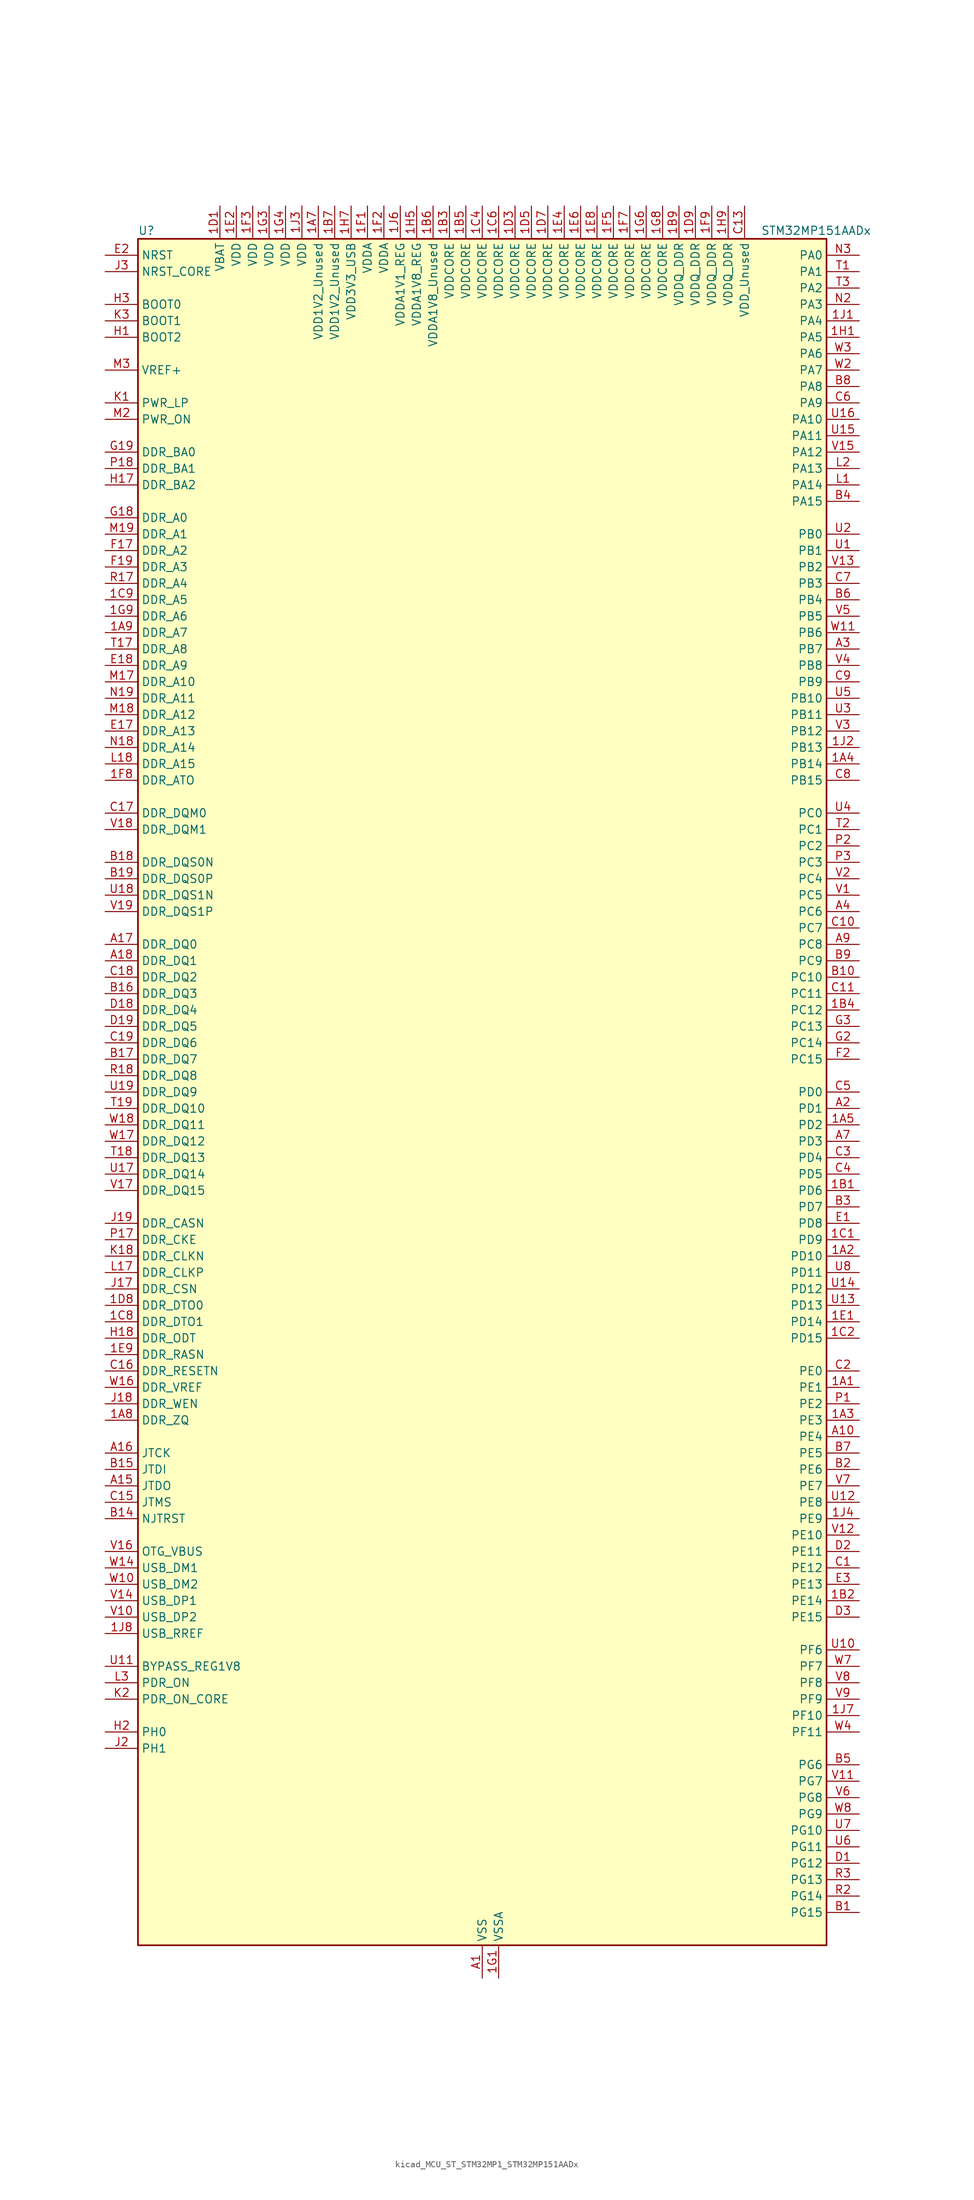
<source format=kicad_sym>
(kicad_symbol_lib
  (version 20220914)
  (generator kicad_symbol_editor)
  (symbol "kicad_MCU_ST_STM32MP1_STM32MP151AADx"
    (property "Reference" "U"
      (at -53.34 133.35 0)
      (effects (font (size 1.27 1.27)) (justify left)))
    (property "Value" "STM32MP151AADx"
      (at 43.18 133.35 0)
      (effects (font (size 1.27 1.27)) (justify left)))
    (property "ki_locked" ""
      (at 0 0 0)
      (effects (font (size 1.27 1.27))))
    (symbol "kicad_MCU_ST_STM32MP1_STM32MP151AADx_0_1"
      (rectangle (start -53.34 -132.08) (end 53.34 132.08) (stroke (width 0.254) (type default)) (fill (type background))))
    (symbol "kicad_MCU_ST_STM32MP1_STM32MP151AADx_1_1"
      (pin bidirectional line (at 58.42 -45.72 180) (length 5.08) (name "PE1" (effects (font (size 1.27 1.27)))) (number "1A1" (effects (font (size 1.27 1.27)))) (alternate "DCMI_D3" bidirectional line) (alternate "FMC_NBL1" bidirectional line) (alternate "I2S2_MCK" bidirectional line) (alternate "LPTIM1_IN2" bidirectional line) (alternate "SAI3_SD_B" bidirectional line) (alternate "UART8_TX" bidirectional line))
      (pin bidirectional line (at 58.42 -25.4 180) (length 5.08) (name "PD10" (effects (font (size 1.27 1.27)))) (number "1A2" (effects (font (size 1.27 1.27)))) (alternate "DFSDM1_CKOUT" bidirectional line) (alternate "FMC_D15" bidirectional line) (alternate "FMC_DA15" bidirectional line) (alternate "I2C5_SMBA" bidirectional line) (alternate "I2S3_SDI" bidirectional line) (alternate "LTDC_B3" bidirectional line) (alternate "RTC_REFIN" bidirectional line) (alternate "SAI3_FS_B" bidirectional line) (alternate "SPI3_MISO" bidirectional line) (alternate "TIM16_BKIN" bidirectional line) (alternate "USART3_CK" bidirectional line))
      (pin bidirectional line (at 58.42 -50.8 180) (length 5.08) (name "PE3" (effects (font (size 1.27 1.27)))) (number "1A3" (effects (font (size 1.27 1.27)))) (alternate "DEBUG_TRACED0" bidirectional line) (alternate "FMC_A19" bidirectional line) (alternate "SAI1_SD_B" bidirectional line) (alternate "SDMMC2_CK" bidirectional line) (alternate "TIM15_BKIN" bidirectional line))
      (pin bidirectional line (at 58.42 50.8 180) (length 5.08) (name "PB14" (effects (font (size 1.27 1.27)))) (number "1A4" (effects (font (size 1.27 1.27)))) (alternate "DFSDM1_DATIN2" bidirectional line) (alternate "I2S2_SDI" bidirectional line) (alternate "SDMMC2_D0" bidirectional line) (alternate "SPI2_MISO" bidirectional line) (alternate "TIM12_CH1" bidirectional line) (alternate "TIM1_CH2N" bidirectional line) (alternate "TIM8_CH2N" bidirectional line) (alternate "USART1_TX" bidirectional line) (alternate "USART3_DE" bidirectional line) (alternate "USART3_RTS" bidirectional line))
      (pin bidirectional line (at 58.42 -5.08 180) (length 5.08) (name "PD2" (effects (font (size 1.27 1.27)))) (number "1A5" (effects (font (size 1.27 1.27)))) (alternate "DCMI_D11" bidirectional line) (alternate "I2C5_SMBA" bidirectional line) (alternate "SDMMC1_CMD" bidirectional line) (alternate "TIM3_ETR" bidirectional line) (alternate "UART4_RX" bidirectional line) (alternate "UART5_RX" bidirectional line))
      (pin passive line (at 0 -137.16 90) (length 5.08) hide (name "VSS" (effects (font (size 1.27 1.27)))) (number "1A6" (effects (font (size 1.27 1.27)))))
      (pin power_in line (at -25.4 137.16 270) (length 5.08) (name "VDD1V2_Unused" (effects (font (size 1.27 1.27)))) (number "1A7" (effects (font (size 1.27 1.27)))))
      (pin bidirectional line (at -58.42 -50.8 0) (length 5.08) (name "DDR_ZQ" (effects (font (size 1.27 1.27)))) (number "1A8" (effects (font (size 1.27 1.27)))) (alternate "DDR_ZQ" bidirectional line))
      (pin bidirectional line (at -58.42 71.12 0) (length 5.08) (name "DDR_A7" (effects (font (size 1.27 1.27)))) (number "1A9" (effects (font (size 1.27 1.27)))) (alternate "DDR_A7" bidirectional line))
      (pin bidirectional line (at 58.42 -15.24 180) (length 5.08) (name "PD6" (effects (font (size 1.27 1.27)))) (number "1B1" (effects (font (size 1.27 1.27)))) (alternate "DCMI_D10" bidirectional line) (alternate "DFSDM1_CKIN4" bidirectional line) (alternate "DFSDM1_DATIN1" bidirectional line) (alternate "FMC_NWAIT" bidirectional line) (alternate "I2S3_SDO" bidirectional line) (alternate "LTDC_B2" bidirectional line) (alternate "SAI1_D1" bidirectional line) (alternate "SAI1_SD_A" bidirectional line) (alternate "SPI3_MOSI" bidirectional line) (alternate "TIM16_CH1N" bidirectional line) (alternate "USART2_RX" bidirectional line))
      (pin bidirectional line (at 58.42 -78.74 180) (length 5.08) (name "PE14" (effects (font (size 1.27 1.27)))) (number "1B2" (effects (font (size 1.27 1.27)))) (alternate "FMC_D11" bidirectional line) (alternate "FMC_DA11" bidirectional line) (alternate "LTDC_CLK" bidirectional line) (alternate "LTDC_G0" bidirectional line) (alternate "SAI2_MCLK_B" bidirectional line) (alternate "SDMMC1_D123DIR" bidirectional line) (alternate "SPI4_MOSI" bidirectional line) (alternate "TIM1_CH4" bidirectional line) (alternate "UART8_DE" bidirectional line) (alternate "UART8_RTS" bidirectional line))
      (pin power_in line (at -5.08 137.16 270) (length 5.08) (name "VDDCORE" (effects (font (size 1.27 1.27)))) (number "1B3" (effects (font (size 1.27 1.27)))))
      (pin bidirectional line (at 58.42 12.7 180) (length 5.08) (name "PC12" (effects (font (size 1.27 1.27)))) (number "1B4" (effects (font (size 1.27 1.27)))) (alternate "DCMI_D9" bidirectional line) (alternate "DEBUG_TRACECLK" bidirectional line) (alternate "I2S3_SDO" bidirectional line) (alternate "RCC_MCO_2" bidirectional line) (alternate "SAI4_D3" bidirectional line) (alternate "SAI4_SD_B" bidirectional line) (alternate "SDMMC1_CK" bidirectional line) (alternate "SPI3_MOSI" bidirectional line) (alternate "UART5_TX" bidirectional line) (alternate "USART3_CK" bidirectional line))
      (pin power_in line (at -2.54 137.16 270) (length 5.08) (name "VDDCORE" (effects (font (size 1.27 1.27)))) (number "1B5" (effects (font (size 1.27 1.27)))))
      (pin power_in line (at -7.62 137.16 270) (length 5.08) (name "VDDA1V8_Unused" (effects (font (size 1.27 1.27)))) (number "1B6" (effects (font (size 1.27 1.27)))))
      (pin power_in line (at -22.86 137.16 270) (length 5.08) (name "VDD1V2_Unused" (effects (font (size 1.27 1.27)))) (number "1B7" (effects (font (size 1.27 1.27)))))
      (pin passive line (at 0 -137.16 90) (length 5.08) hide (name "VSS" (effects (font (size 1.27 1.27)))) (number "1B8" (effects (font (size 1.27 1.27)))))
      (pin power_in line (at 30.48 137.16 270) (length 5.08) (name "VDDQ_DDR" (effects (font (size 1.27 1.27)))) (number "1B9" (effects (font (size 1.27 1.27)))))
      (pin bidirectional line (at 58.42 -22.86 180) (length 5.08) (name "PD9" (effects (font (size 1.27 1.27)))) (number "1C1" (effects (font (size 1.27 1.27)))) (alternate "DAC1_EXTI9" bidirectional line) (alternate "DCMI_HSYNC" bidirectional line) (alternate "DFSDM1_DATIN3" bidirectional line) (alternate "FMC_D14" bidirectional line) (alternate "FMC_DA14" bidirectional line) (alternate "LTDC_B0" bidirectional line) (alternate "SAI3_SD_B" bidirectional line) (alternate "USART3_RX" bidirectional line))
      (pin bidirectional line (at 58.42 -38.1 180) (length 5.08) (name "PD15" (effects (font (size 1.27 1.27)))) (number "1C2" (effects (font (size 1.27 1.27)))) (alternate "ADC1_EXTI15" bidirectional line) (alternate "ADC2_EXTI15" bidirectional line) (alternate "FMC_D1" bidirectional line) (alternate "FMC_DA1" bidirectional line) (alternate "LTDC_R1" bidirectional line) (alternate "SAI3_MCLK_A" bidirectional line) (alternate "TIM4_CH4" bidirectional line) (alternate "UART8_CTS" bidirectional line))
      (pin passive line (at 0 -137.16 90) (length 5.08) hide (name "VSS" (effects (font (size 1.27 1.27)))) (number "1C3" (effects (font (size 1.27 1.27)))))
      (pin power_in line (at 0 137.16 270) (length 5.08) (name "VDDCORE" (effects (font (size 1.27 1.27)))) (number "1C4" (effects (font (size 1.27 1.27)))))
      (pin passive line (at 0 -137.16 90) (length 5.08) hide (name "VSS" (effects (font (size 1.27 1.27)))) (number "1C5" (effects (font (size 1.27 1.27)))))
      (pin power_in line (at 2.54 137.16 270) (length 5.08) (name "VDDCORE" (effects (font (size 1.27 1.27)))) (number "1C6" (effects (font (size 1.27 1.27)))))
      (pin passive line (at 0 -137.16 90) (length 5.08) hide (name "VSS" (effects (font (size 1.27 1.27)))) (number "1C7" (effects (font (size 1.27 1.27)))))
      (pin bidirectional line (at -58.42 -35.56 0) (length 5.08) (name "DDR_DTO1" (effects (font (size 1.27 1.27)))) (number "1C8" (effects (font (size 1.27 1.27)))) (alternate "DDR_DTO1" bidirectional line))
      (pin bidirectional line (at -58.42 76.2 0) (length 5.08) (name "DDR_A5" (effects (font (size 1.27 1.27)))) (number "1C9" (effects (font (size 1.27 1.27)))) (alternate "DDR_A5" bidirectional line))
      (pin power_in line (at -40.64 137.16 270) (length 5.08) (name "VBAT" (effects (font (size 1.27 1.27)))) (number "1D1" (effects (font (size 1.27 1.27)))))
      (pin passive line (at 0 -137.16 90) (length 5.08) hide (name "VSS" (effects (font (size 1.27 1.27)))) (number "1D2" (effects (font (size 1.27 1.27)))))
      (pin power_in line (at 5.08 137.16 270) (length 5.08) (name "VDDCORE" (effects (font (size 1.27 1.27)))) (number "1D3" (effects (font (size 1.27 1.27)))))
      (pin passive line (at 0 -137.16 90) (length 5.08) hide (name "VSS" (effects (font (size 1.27 1.27)))) (number "1D4" (effects (font (size 1.27 1.27)))))
      (pin power_in line (at 7.62 137.16 270) (length 5.08) (name "VDDCORE" (effects (font (size 1.27 1.27)))) (number "1D5" (effects (font (size 1.27 1.27)))))
      (pin passive line (at 0 -137.16 90) (length 5.08) hide (name "VSS" (effects (font (size 1.27 1.27)))) (number "1D6" (effects (font (size 1.27 1.27)))))
      (pin power_in line (at 10.16 137.16 270) (length 5.08) (name "VDDCORE" (effects (font (size 1.27 1.27)))) (number "1D7" (effects (font (size 1.27 1.27)))))
      (pin bidirectional line (at -58.42 -33.02 0) (length 5.08) (name "DDR_DTO0" (effects (font (size 1.27 1.27)))) (number "1D8" (effects (font (size 1.27 1.27)))) (alternate "DDR_DTO0" bidirectional line))
      (pin power_in line (at 33.02 137.16 270) (length 5.08) (name "VDDQ_DDR" (effects (font (size 1.27 1.27)))) (number "1D9" (effects (font (size 1.27 1.27)))))
      (pin bidirectional line (at 58.42 -35.56 180) (length 5.08) (name "PD14" (effects (font (size 1.27 1.27)))) (number "1E1" (effects (font (size 1.27 1.27)))) (alternate "FMC_D0" bidirectional line) (alternate "FMC_DA0" bidirectional line) (alternate "SAI3_MCLK_B" bidirectional line) (alternate "TIM4_CH3" bidirectional line) (alternate "UART8_CTS" bidirectional line))
      (pin power_in line (at -38.1 137.16 270) (length 5.08) (name "VDD" (effects (font (size 1.27 1.27)))) (number "1E2" (effects (font (size 1.27 1.27)))))
      (pin passive line (at 0 -137.16 90) (length 5.08) hide (name "VSS" (effects (font (size 1.27 1.27)))) (number "1E3" (effects (font (size 1.27 1.27)))))
      (pin power_in line (at 12.7 137.16 270) (length 5.08) (name "VDDCORE" (effects (font (size 1.27 1.27)))) (number "1E4" (effects (font (size 1.27 1.27)))))
      (pin passive line (at 0 -137.16 90) (length 5.08) hide (name "VSS" (effects (font (size 1.27 1.27)))) (number "1E5" (effects (font (size 1.27 1.27)))))
      (pin power_in line (at 15.24 137.16 270) (length 5.08) (name "VDDCORE" (effects (font (size 1.27 1.27)))) (number "1E6" (effects (font (size 1.27 1.27)))))
      (pin passive line (at 0 -137.16 90) (length 5.08) hide (name "VSS" (effects (font (size 1.27 1.27)))) (number "1E7" (effects (font (size 1.27 1.27)))))
      (pin power_in line (at 17.78 137.16 270) (length 5.08) (name "VDDCORE" (effects (font (size 1.27 1.27)))) (number "1E8" (effects (font (size 1.27 1.27)))))
      (pin bidirectional line (at -58.42 -40.64 0) (length 5.08) (name "DDR_RASN" (effects (font (size 1.27 1.27)))) (number "1E9" (effects (font (size 1.27 1.27)))) (alternate "DDR_RASN" bidirectional line))
      (pin power_in line (at -17.78 137.16 270) (length 5.08) (name "VDDA" (effects (font (size 1.27 1.27)))) (number "1F1" (effects (font (size 1.27 1.27)))))
      (pin power_in line (at -15.24 137.16 270) (length 5.08) (name "VDDA" (effects (font (size 1.27 1.27)))) (number "1F2" (effects (font (size 1.27 1.27)))))
      (pin power_in line (at -35.56 137.16 270) (length 5.08) (name "VDD" (effects (font (size 1.27 1.27)))) (number "1F3" (effects (font (size 1.27 1.27)))))
      (pin passive line (at 0 -137.16 90) (length 5.08) hide (name "VSS" (effects (font (size 1.27 1.27)))) (number "1F4" (effects (font (size 1.27 1.27)))))
      (pin power_in line (at 20.32 137.16 270) (length 5.08) (name "VDDCORE" (effects (font (size 1.27 1.27)))) (number "1F5" (effects (font (size 1.27 1.27)))))
      (pin passive line (at 0 -137.16 90) (length 5.08) hide (name "VSS" (effects (font (size 1.27 1.27)))) (number "1F6" (effects (font (size 1.27 1.27)))))
      (pin power_in line (at 22.86 137.16 270) (length 5.08) (name "VDDCORE" (effects (font (size 1.27 1.27)))) (number "1F7" (effects (font (size 1.27 1.27)))))
      (pin bidirectional line (at -58.42 48.26 0) (length 5.08) (name "DDR_ATO" (effects (font (size 1.27 1.27)))) (number "1F8" (effects (font (size 1.27 1.27)))) (alternate "DDR_ATO" bidirectional line))
      (pin power_in line (at 35.56 137.16 270) (length 5.08) (name "VDDQ_DDR" (effects (font (size 1.27 1.27)))) (number "1F9" (effects (font (size 1.27 1.27)))))
      (pin power_in line (at 2.54 -137.16 90) (length 5.08) (name "VSSA" (effects (font (size 1.27 1.27)))) (number "1G1" (effects (font (size 1.27 1.27)))))
      (pin passive line (at 0 -137.16 90) (length 5.08) hide (name "VSS" (effects (font (size 1.27 1.27)))) (number "1G2" (effects (font (size 1.27 1.27)))))
      (pin power_in line (at -33.02 137.16 270) (length 5.08) (name "VDD" (effects (font (size 1.27 1.27)))) (number "1G3" (effects (font (size 1.27 1.27)))))
      (pin power_in line (at -30.48 137.16 270) (length 5.08) (name "VDD" (effects (font (size 1.27 1.27)))) (number "1G4" (effects (font (size 1.27 1.27)))))
      (pin passive line (at 0 -137.16 90) (length 5.08) hide (name "VSS" (effects (font (size 1.27 1.27)))) (number "1G5" (effects (font (size 1.27 1.27)))))
      (pin power_in line (at 25.4 137.16 270) (length 5.08) (name "VDDCORE" (effects (font (size 1.27 1.27)))) (number "1G6" (effects (font (size 1.27 1.27)))))
      (pin passive line (at 0 -137.16 90) (length 5.08) hide (name "VSS" (effects (font (size 1.27 1.27)))) (number "1G7" (effects (font (size 1.27 1.27)))))
      (pin power_in line (at 27.94 137.16 270) (length 5.08) (name "VDDCORE" (effects (font (size 1.27 1.27)))) (number "1G8" (effects (font (size 1.27 1.27)))))
      (pin bidirectional line (at -58.42 73.66 0) (length 5.08) (name "DDR_A6" (effects (font (size 1.27 1.27)))) (number "1G9" (effects (font (size 1.27 1.27)))) (alternate "DDR_A6" bidirectional line))
      (pin bidirectional line (at 58.42 116.84 180) (length 5.08) (name "PA5" (effects (font (size 1.27 1.27)))) (number "1H1" (effects (font (size 1.27 1.27)))) (alternate "ADC1_INN18" bidirectional line) (alternate "ADC1_INP19" bidirectional line) (alternate "ADC2_INN18" bidirectional line) (alternate "ADC2_INP19" bidirectional line) (alternate "DAC1_OUT2" bidirectional line) (alternate "I2S1_CK" bidirectional line) (alternate "LTDC_R4" bidirectional line) (alternate "SAI4_CK1" bidirectional line) (alternate "SAI4_MCLK_A" bidirectional line) (alternate "SPI1_SCK" bidirectional line) (alternate "SPI6_SCK" bidirectional line) (alternate "TIM2_CH1" bidirectional line) (alternate "TIM2_ETR" bidirectional line) (alternate "TIM8_CH1N" bidirectional line))
      (pin passive line (at 0 -137.16 90) (length 5.08) hide (name "VSS" (effects (font (size 1.27 1.27)))) (number "1H2" (effects (font (size 1.27 1.27)))))
      (pin passive line (at 0 -137.16 90) (length 5.08) hide (name "VSS" (effects (font (size 1.27 1.27)))) (number "1H3" (effects (font (size 1.27 1.27)))))
      (pin passive line (at 0 -137.16 90) (length 5.08) hide (name "VSS" (effects (font (size 1.27 1.27)))) (number "1H4" (effects (font (size 1.27 1.27)))))
      (pin power_in line (at -10.16 137.16 270) (length 5.08) (name "VDDA1V8_REG" (effects (font (size 1.27 1.27)))) (number "1H5" (effects (font (size 1.27 1.27)))))
      (pin passive line (at 0 -137.16 90) (length 5.08) hide (name "VSS" (effects (font (size 1.27 1.27)))) (number "1H6" (effects (font (size 1.27 1.27)))))
      (pin power_in line (at -20.32 137.16 270) (length 5.08) (name "VDD3V3_USB" (effects (font (size 1.27 1.27)))) (number "1H7" (effects (font (size 1.27 1.27)))))
      (pin passive line (at 0 -137.16 90) (length 5.08) hide (name "VSS" (effects (font (size 1.27 1.27)))) (number "1H8" (effects (font (size 1.27 1.27)))))
      (pin power_in line (at 38.1 137.16 270) (length 5.08) (name "VDDQ_DDR" (effects (font (size 1.27 1.27)))) (number "1H9" (effects (font (size 1.27 1.27)))))
      (pin bidirectional line (at 58.42 119.38 180) (length 5.08) (name "PA4" (effects (font (size 1.27 1.27)))) (number "1J1" (effects (font (size 1.27 1.27)))) (alternate "ADC1_INP18" bidirectional line) (alternate "ADC2_INP18" bidirectional line) (alternate "DAC1_OUT1" bidirectional line) (alternate "DCMI_HSYNC" bidirectional line) (alternate "HDP_HDP0" bidirectional line) (alternate "I2S1_WS" bidirectional line) (alternate "I2S3_WS" bidirectional line) (alternate "LTDC_VSYNC" bidirectional line) (alternate "SAI4_D2" bidirectional line) (alternate "SAI4_FS_A" bidirectional line) (alternate "SPI1_NSS" bidirectional line) (alternate "SPI3_NSS" bidirectional line) (alternate "SPI6_NSS" bidirectional line) (alternate "TIM5_ETR" bidirectional line) (alternate "USART2_CK" bidirectional line))
      (pin bidirectional line (at 58.42 53.34 180) (length 5.08) (name "PB13" (effects (font (size 1.27 1.27)))) (number "1J2" (effects (font (size 1.27 1.27)))) (alternate "DFSDM1_CKIN1" bidirectional line) (alternate "DFSDM1_CKOUT" bidirectional line) (alternate "ETH1_TXD1" bidirectional line) (alternate "I2S2_CK" bidirectional line) (alternate "LPTIM2_OUT" bidirectional line) (alternate "SPI2_SCK" bidirectional line) (alternate "TIM1_CH1N" bidirectional line) (alternate "UART5_TX" bidirectional line) (alternate "USART3_CTS" bidirectional line) (alternate "USART3_NSS" bidirectional line))
      (pin power_in line (at -27.94 137.16 270) (length 5.08) (name "VDD" (effects (font (size 1.27 1.27)))) (number "1J3" (effects (font (size 1.27 1.27)))))
      (pin bidirectional line (at 58.42 -66.04 180) (length 5.08) (name "PE9" (effects (font (size 1.27 1.27)))) (number "1J4" (effects (font (size 1.27 1.27)))) (alternate "DAC1_EXTI9" bidirectional line) (alternate "DFSDM1_CKOUT" bidirectional line) (alternate "FMC_D6" bidirectional line) (alternate "FMC_DA6" bidirectional line) (alternate "QUADSPI_BK2_IO2" bidirectional line) (alternate "TIM1_CH1" bidirectional line) (alternate "UART7_DE" bidirectional line) (alternate "UART7_RTS" bidirectional line))
      (pin passive line (at 0 -137.16 90) (length 5.08) hide (name "VSS" (effects (font (size 1.27 1.27)))) (number "1J5" (effects (font (size 1.27 1.27)))))
      (pin power_in line (at -12.7 137.16 270) (length 5.08) (name "VDDA1V1_REG" (effects (font (size 1.27 1.27)))) (number "1J6" (effects (font (size 1.27 1.27)))))
      (pin bidirectional line (at 58.42 -96.52 180) (length 5.08) (name "PF10" (effects (font (size 1.27 1.27)))) (number "1J7" (effects (font (size 1.27 1.27)))) (alternate "DCMI_D11" bidirectional line) (alternate "LTDC_DE" bidirectional line) (alternate "QUADSPI_CLK" bidirectional line) (alternate "SAI1_D3" bidirectional line) (alternate "SAI1_D4" bidirectional line) (alternate "SAI4_D3" bidirectional line) (alternate "SAI4_D4" bidirectional line) (alternate "TIM16_BKIN" bidirectional line))
      (pin bidirectional line (at -58.42 -83.82 0) (length 5.08) (name "USB_RREF" (effects (font (size 1.27 1.27)))) (number "1J8" (effects (font (size 1.27 1.27)))))
      (pin passive line (at 0 -137.16 90) (length 5.08) hide (name "VSS" (effects (font (size 1.27 1.27)))) (number "1J9" (effects (font (size 1.27 1.27)))))
      (pin power_in line (at 0 -137.16 90) (length 5.08) (name "VSS" (effects (font (size 1.27 1.27)))) (number "A1" (effects (font (size 1.27 1.27)))))
      (pin bidirectional line (at 58.42 -53.34 180) (length 5.08) (name "PE4" (effects (font (size 1.27 1.27)))) (number "A10" (effects (font (size 1.27 1.27)))) (alternate "DCMI_D4" bidirectional line) (alternate "DEBUG_TRACED1" bidirectional line) (alternate "DFSDM1_DATIN3" bidirectional line) (alternate "FMC_A20" bidirectional line) (alternate "LTDC_B0" bidirectional line) (alternate "SAI1_D2" bidirectional line) (alternate "SAI1_FS_A" bidirectional line) (alternate "SDMMC1_CKIN" bidirectional line) (alternate "SDMMC1_D4" bidirectional line) (alternate "SDMMC2_CKIN" bidirectional line) (alternate "SDMMC2_D4" bidirectional line) (alternate "SPI4_NSS" bidirectional line) (alternate "TIM15_CH1N" bidirectional line))
      (pin no_connect line (at -53.34 -132.08 0) (length 5.08) hide (name "DNU" (effects (font (size 1.27 1.27)))) (number "A12" (effects (font (size 1.27 1.27)))))
      (pin no_connect line (at -53.34 -129.54 0) (length 5.08) hide (name "DNU" (effects (font (size 1.27 1.27)))) (number "A13" (effects (font (size 1.27 1.27)))))
      (pin bidirectional line (at -58.42 -60.96 0) (length 5.08) (name "JTDO" (effects (font (size 1.27 1.27)))) (number "A15" (effects (font (size 1.27 1.27)))) (alternate "DEBUG_JTDO-SWO" bidirectional line))
      (pin bidirectional line (at -58.42 -55.88 0) (length 5.08) (name "JTCK" (effects (font (size 1.27 1.27)))) (number "A16" (effects (font (size 1.27 1.27)))) (alternate "DEBUG_JTCK-SWCLK" bidirectional line))
      (pin bidirectional line (at -58.42 22.86 0) (length 5.08) (name "DDR_DQ0" (effects (font (size 1.27 1.27)))) (number "A17" (effects (font (size 1.27 1.27)))) (alternate "DDR_DQ0" bidirectional line))
      (pin bidirectional line (at -58.42 20.32 0) (length 5.08) (name "DDR_DQ1" (effects (font (size 1.27 1.27)))) (number "A18" (effects (font (size 1.27 1.27)))) (alternate "DDR_DQ1" bidirectional line))
      (pin passive line (at 0 -137.16 90) (length 5.08) hide (name "VSS" (effects (font (size 1.27 1.27)))) (number "A19" (effects (font (size 1.27 1.27)))))
      (pin bidirectional line (at 58.42 -2.54 180) (length 5.08) (name "PD1" (effects (font (size 1.27 1.27)))) (number "A2" (effects (font (size 1.27 1.27)))) (alternate "DFSDM1_CKIN7" bidirectional line) (alternate "DFSDM1_DATIN6" bidirectional line) (alternate "FMC_D3" bidirectional line) (alternate "FMC_DA3" bidirectional line) (alternate "I2C5_SCL" bidirectional line) (alternate "I2C6_SCL" bidirectional line) (alternate "SAI3_SD_A" bidirectional line) (alternate "SDMMC3_D0" bidirectional line) (alternate "UART4_TX" bidirectional line))
      (pin bidirectional line (at 58.42 68.58 180) (length 5.08) (name "PB7" (effects (font (size 1.27 1.27)))) (number "A3" (effects (font (size 1.27 1.27)))) (alternate "DCMI_VSYNC" bidirectional line) (alternate "DFSDM1_CKIN5" bidirectional line) (alternate "FMC_NL" bidirectional line) (alternate "I2C1_SDA" bidirectional line) (alternate "I2C4_SDA" bidirectional line) (alternate "SDMMC2_D1" bidirectional line) (alternate "TIM17_CH1N" bidirectional line) (alternate "TIM4_CH2" bidirectional line) (alternate "USART1_RX" bidirectional line))
      (pin bidirectional line (at 58.42 27.94 180) (length 5.08) (name "PC6" (effects (font (size 1.27 1.27)))) (number "A4" (effects (font (size 1.27 1.27)))) (alternate "DCMI_D0" bidirectional line) (alternate "DFSDM1_CKIN3" bidirectional line) (alternate "HDP_HDP1" bidirectional line) (alternate "I2S2_MCK" bidirectional line) (alternate "LTDC_HSYNC" bidirectional line) (alternate "SDMMC1_D0DIR" bidirectional line) (alternate "SDMMC1_D6" bidirectional line) (alternate "SDMMC2_D0DIR" bidirectional line) (alternate "SDMMC2_D6" bidirectional line) (alternate "TIM3_CH1" bidirectional line) (alternate "TIM8_CH1" bidirectional line) (alternate "USART6_TX" bidirectional line))
      (pin passive line (at 0 -137.16 90) (length 5.08) hide (name "VSS" (effects (font (size 1.27 1.27)))) (number "A6" (effects (font (size 1.27 1.27)))))
      (pin bidirectional line (at 58.42 -7.62 180) (length 5.08) (name "PD3" (effects (font (size 1.27 1.27)))) (number "A7" (effects (font (size 1.27 1.27)))) (alternate "DCMI_D5" bidirectional line) (alternate "DFSDM1_CKOUT" bidirectional line) (alternate "DFSDM1_DATIN0" bidirectional line) (alternate "FMC_CLK" bidirectional line) (alternate "HDP_HDP5" bidirectional line) (alternate "I2S2_CK" bidirectional line) (alternate "LTDC_G7" bidirectional line) (alternate "SDMMC1_D123DIR" bidirectional line) (alternate "SDMMC1_D7" bidirectional line) (alternate "SDMMC2_D123DIR" bidirectional line) (alternate "SDMMC2_D7" bidirectional line) (alternate "SPI2_SCK" bidirectional line) (alternate "USART2_CTS" bidirectional line) (alternate "USART2_NSS" bidirectional line))
      (pin bidirectional line (at 58.42 22.86 180) (length 5.08) (name "PC8" (effects (font (size 1.27 1.27)))) (number "A9" (effects (font (size 1.27 1.27)))) (alternate "DCMI_D2" bidirectional line) (alternate "DEBUG_TRACED0" bidirectional line) (alternate "SDMMC1_D0" bidirectional line) (alternate "TIM3_CH3" bidirectional line) (alternate "TIM8_CH3" bidirectional line) (alternate "UART4_TX" bidirectional line) (alternate "UART5_DE" bidirectional line) (alternate "UART5_RTS" bidirectional line) (alternate "USART6_CK" bidirectional line))
      (pin bidirectional line (at 58.42 -127 180) (length 5.08) (name "PG15" (effects (font (size 1.27 1.27)))) (number "B1" (effects (font (size 1.27 1.27)))) (alternate "ADC1_EXTI15" bidirectional line) (alternate "ADC2_EXTI15" bidirectional line) (alternate "DCMI_D13" bidirectional line) (alternate "DEBUG_TRACED7" bidirectional line) (alternate "I2C2_SDA" bidirectional line) (alternate "SAI1_D2" bidirectional line) (alternate "SAI1_FS_A" bidirectional line) (alternate "SDMMC3_CK" bidirectional line) (alternate "USART6_CTS" bidirectional line) (alternate "USART6_NSS" bidirectional line))
      (pin bidirectional line (at 58.42 17.78 180) (length 5.08) (name "PC10" (effects (font (size 1.27 1.27)))) (number "B10" (effects (font (size 1.27 1.27)))) (alternate "DCMI_D8" bidirectional line) (alternate "DEBUG_TRACED2" bidirectional line) (alternate "DFSDM1_CKIN5" bidirectional line) (alternate "I2S3_CK" bidirectional line) (alternate "LTDC_R2" bidirectional line) (alternate "QUADSPI_BK1_IO1" bidirectional line) (alternate "SAI4_MCLK_B" bidirectional line) (alternate "SDMMC1_D2" bidirectional line) (alternate "SPI3_SCK" bidirectional line) (alternate "UART4_TX" bidirectional line) (alternate "USART3_TX" bidirectional line))
      (pin no_connect line (at -53.34 -127 0) (length 5.08) hide (name "DNU" (effects (font (size 1.27 1.27)))) (number "B11" (effects (font (size 1.27 1.27)))))
      (pin no_connect line (at -53.34 -124.46 0) (length 5.08) hide (name "DNU" (effects (font (size 1.27 1.27)))) (number "B12" (effects (font (size 1.27 1.27)))))
      (pin no_connect line (at -53.34 -121.92 0) (length 5.08) hide (name "DNU" (effects (font (size 1.27 1.27)))) (number "B13" (effects (font (size 1.27 1.27)))))
      (pin bidirectional line (at -58.42 -66.04 0) (length 5.08) (name "NJTRST" (effects (font (size 1.27 1.27)))) (number "B14" (effects (font (size 1.27 1.27)))) (alternate "DEBUG_JTRST" bidirectional line))
      (pin bidirectional line (at -58.42 -58.42 0) (length 5.08) (name "JTDI" (effects (font (size 1.27 1.27)))) (number "B15" (effects (font (size 1.27 1.27)))) (alternate "DEBUG_JTDI" bidirectional line))
      (pin bidirectional line (at -58.42 15.24 0) (length 5.08) (name "DDR_DQ3" (effects (font (size 1.27 1.27)))) (number "B16" (effects (font (size 1.27 1.27)))) (alternate "DDR_DQ3" bidirectional line))
      (pin bidirectional line (at -58.42 5.08 0) (length 5.08) (name "DDR_DQ7" (effects (font (size 1.27 1.27)))) (number "B17" (effects (font (size 1.27 1.27)))) (alternate "DDR_DQ7" bidirectional line))
      (pin bidirectional line (at -58.42 35.56 0) (length 5.08) (name "DDR_DQS0N" (effects (font (size 1.27 1.27)))) (number "B18" (effects (font (size 1.27 1.27)))) (alternate "DDR_DQS0N" bidirectional line))
      (pin bidirectional line (at -58.42 33.02 0) (length 5.08) (name "DDR_DQS0P" (effects (font (size 1.27 1.27)))) (number "B19" (effects (font (size 1.27 1.27)))) (alternate "DDR_DQS0P" bidirectional line))
      (pin bidirectional line (at 58.42 -58.42 180) (length 5.08) (name "PE6" (effects (font (size 1.27 1.27)))) (number "B2" (effects (font (size 1.27 1.27)))) (alternate "DCMI_D7" bidirectional line) (alternate "DEBUG_TRACED2" bidirectional line) (alternate "FMC_A22" bidirectional line) (alternate "LTDC_G1" bidirectional line) (alternate "SAI1_D1" bidirectional line) (alternate "SAI1_SD_A" bidirectional line) (alternate "SAI2_MCLK_B" bidirectional line) (alternate "SDMMC1_D2" bidirectional line) (alternate "SDMMC2_D0" bidirectional line) (alternate "SPI4_MOSI" bidirectional line) (alternate "TIM15_CH2" bidirectional line) (alternate "TIM1_BKIN2" bidirectional line))
      (pin bidirectional line (at 58.42 -17.78 180) (length 5.08) (name "PD7" (effects (font (size 1.27 1.27)))) (number "B3" (effects (font (size 1.27 1.27)))) (alternate "DEBUG_TRACED6" bidirectional line) (alternate "DFSDM1_CKIN1" bidirectional line) (alternate "DFSDM1_DATIN4" bidirectional line) (alternate "FMC_NE1" bidirectional line) (alternate "I2C2_SCL" bidirectional line) (alternate "SDMMC3_D3" bidirectional line) (alternate "SPDIFRX_IN0" bidirectional line) (alternate "USART2_CK" bidirectional line))
      (pin bidirectional line (at 58.42 91.44 180) (length 5.08) (name "PA15" (effects (font (size 1.27 1.27)))) (number "B4" (effects (font (size 1.27 1.27)))) (alternate "ADC1_EXTI15" bidirectional line) (alternate "ADC2_EXTI15" bidirectional line) (alternate "CEC" bidirectional line) (alternate "DEBUG_DBTRGI" bidirectional line) (alternate "I2S1_WS" bidirectional line) (alternate "I2S3_WS" bidirectional line) (alternate "LTDC_R1" bidirectional line) (alternate "SAI4_D2" bidirectional line) (alternate "SAI4_FS_A" bidirectional line) (alternate "SDMMC1_CDIR" bidirectional line) (alternate "SDMMC1_D5" bidirectional line) (alternate "SDMMC2_CDIR" bidirectional line) (alternate "SDMMC2_D5" bidirectional line) (alternate "SPI1_NSS" bidirectional line) (alternate "SPI3_NSS" bidirectional line) (alternate "SPI6_NSS" bidirectional line) (alternate "TIM2_CH1" bidirectional line) (alternate "TIM2_ETR" bidirectional line) (alternate "UART4_DE" bidirectional line) (alternate "UART4_RTS" bidirectional line) (alternate "UART7_TX" bidirectional line))
      (pin bidirectional line (at 58.42 -104.14 180) (length 5.08) (name "PG6" (effects (font (size 1.27 1.27)))) (number "B5" (effects (font (size 1.27 1.27)))) (alternate "DCMI_D12" bidirectional line) (alternate "DEBUG_TRACED14" bidirectional line) (alternate "LTDC_R7" bidirectional line) (alternate "SDMMC2_CMD" bidirectional line) (alternate "TIM17_BKIN" bidirectional line))
      (pin bidirectional line (at 58.42 76.2 180) (length 5.08) (name "PB4" (effects (font (size 1.27 1.27)))) (number "B6" (effects (font (size 1.27 1.27)))) (alternate "DEBUG_TRACED8" bidirectional line) (alternate "I2S1_SDI" bidirectional line) (alternate "I2S2_WS" bidirectional line) (alternate "I2S3_SDI" bidirectional line) (alternate "SAI4_CK2" bidirectional line) (alternate "SAI4_SCK_A" bidirectional line) (alternate "SDMMC2_D3" bidirectional line) (alternate "SPI1_MISO" bidirectional line) (alternate "SPI2_NSS" bidirectional line) (alternate "SPI3_MISO" bidirectional line) (alternate "SPI6_MISO" bidirectional line) (alternate "TIM16_BKIN" bidirectional line) (alternate "TIM3_CH1" bidirectional line) (alternate "UART7_TX" bidirectional line))
      (pin bidirectional line (at 58.42 -55.88 180) (length 5.08) (name "PE5" (effects (font (size 1.27 1.27)))) (number "B7" (effects (font (size 1.27 1.27)))) (alternate "DCMI_D6" bidirectional line) (alternate "DEBUG_TRACED3" bidirectional line) (alternate "DFSDM1_CKIN3" bidirectional line) (alternate "FMC_A21" bidirectional line) (alternate "LTDC_G0" bidirectional line) (alternate "SAI1_CK2" bidirectional line) (alternate "SAI1_SCK_A" bidirectional line) (alternate "SDMMC1_D0DIR" bidirectional line) (alternate "SDMMC1_D6" bidirectional line) (alternate "SDMMC2_D0DIR" bidirectional line) (alternate "SDMMC2_D6" bidirectional line) (alternate "SPI4_MISO" bidirectional line) (alternate "TIM15_CH1" bidirectional line))
      (pin bidirectional line (at 58.42 109.22 180) (length 5.08) (name "PA8" (effects (font (size 1.27 1.27)))) (number "B8" (effects (font (size 1.27 1.27)))) (alternate "I2C3_SCL" bidirectional line) (alternate "I2S3_SDO" bidirectional line) (alternate "LTDC_R6" bidirectional line) (alternate "RCC_MCO_1" bidirectional line) (alternate "SAI4_SD_B" bidirectional line) (alternate "SDMMC2_CKIN" bidirectional line) (alternate "SDMMC2_D4" bidirectional line) (alternate "SPI3_MOSI" bidirectional line) (alternate "TIM1_CH1" bidirectional line) (alternate "TIM8_BKIN2" bidirectional line) (alternate "UART7_RX" bidirectional line) (alternate "USART1_CK" bidirectional line) (alternate "USB_OTG_HS_SOF" bidirectional line))
      (pin bidirectional line (at 58.42 20.32 180) (length 5.08) (name "PC9" (effects (font (size 1.27 1.27)))) (number "B9" (effects (font (size 1.27 1.27)))) (alternate "DAC1_EXTI9" bidirectional line) (alternate "DCMI_D3" bidirectional line) (alternate "DEBUG_TRACED1" bidirectional line) (alternate "I2C3_SDA" bidirectional line) (alternate "I2S_CKIN" bidirectional line) (alternate "LTDC_B2" bidirectional line) (alternate "QUADSPI_BK1_IO0" bidirectional line) (alternate "SDMMC1_D1" bidirectional line) (alternate "TIM3_CH4" bidirectional line) (alternate "TIM8_CH4" bidirectional line) (alternate "UART5_CTS" bidirectional line))
      (pin bidirectional line (at 58.42 -73.66 180) (length 5.08) (name "PE12" (effects (font (size 1.27 1.27)))) (number "C1" (effects (font (size 1.27 1.27)))) (alternate "DFSDM1_DATIN5" bidirectional line) (alternate "FMC_D9" bidirectional line) (alternate "FMC_DA9" bidirectional line) (alternate "LTDC_B4" bidirectional line) (alternate "SAI2_SCK_B" bidirectional line) (alternate "SDMMC1_D0DIR" bidirectional line) (alternate "SPI4_SCK" bidirectional line) (alternate "TIM1_CH3N" bidirectional line))
      (pin bidirectional line (at 58.42 25.4 180) (length 5.08) (name "PC7" (effects (font (size 1.27 1.27)))) (number "C10" (effects (font (size 1.27 1.27)))) (alternate "DCMI_D1" bidirectional line) (alternate "DFSDM1_DATIN3" bidirectional line) (alternate "HDP_HDP4" bidirectional line) (alternate "I2S3_MCK" bidirectional line) (alternate "LTDC_G6" bidirectional line) (alternate "SDMMC1_D123DIR" bidirectional line) (alternate "SDMMC1_D7" bidirectional line) (alternate "SDMMC2_D123DIR" bidirectional line) (alternate "SDMMC2_D7" bidirectional line) (alternate "TIM3_CH2" bidirectional line) (alternate "TIM8_CH2" bidirectional line) (alternate "USART6_RX" bidirectional line))
      (pin bidirectional line (at 58.42 15.24 180) (length 5.08) (name "PC11" (effects (font (size 1.27 1.27)))) (number "C11" (effects (font (size 1.27 1.27)))) (alternate "ADC1_EXTI11" bidirectional line) (alternate "ADC2_EXTI11" bidirectional line) (alternate "DCMI_D4" bidirectional line) (alternate "DEBUG_TRACED3" bidirectional line) (alternate "DFSDM1_DATIN5" bidirectional line) (alternate "I2S3_SDI" bidirectional line) (alternate "QUADSPI_BK2_NCS" bidirectional line) (alternate "SAI4_SCK_B" bidirectional line) (alternate "SDMMC1_D3" bidirectional line) (alternate "SPI3_MISO" bidirectional line) (alternate "UART4_RX" bidirectional line) (alternate "USART3_RX" bidirectional line))
      (pin no_connect line (at -53.34 -119.38 0) (length 5.08) hide (name "DNU" (effects (font (size 1.27 1.27)))) (number "C12" (effects (font (size 1.27 1.27)))))
      (pin power_in line (at 40.64 137.16 270) (length 5.08) (name "VDD_Unused" (effects (font (size 1.27 1.27)))) (number "C13" (effects (font (size 1.27 1.27)))))
      (pin passive line (at 0 -137.16 90) (length 5.08) hide (name "VSS" (effects (font (size 1.27 1.27)))) (number "C14" (effects (font (size 1.27 1.27)))))
      (pin bidirectional line (at -58.42 -63.5 0) (length 5.08) (name "JTMS" (effects (font (size 1.27 1.27)))) (number "C15" (effects (font (size 1.27 1.27)))) (alternate "DEBUG_JTMS-SWDIO" bidirectional line))
      (pin bidirectional line (at -58.42 -43.18 0) (length 5.08) (name "DDR_RESETN" (effects (font (size 1.27 1.27)))) (number "C16" (effects (font (size 1.27 1.27)))) (alternate "DDR_RESETN" bidirectional line))
      (pin bidirectional line (at -58.42 43.18 0) (length 5.08) (name "DDR_DQM0" (effects (font (size 1.27 1.27)))) (number "C17" (effects (font (size 1.27 1.27)))) (alternate "DDR_DQM0" bidirectional line))
      (pin bidirectional line (at -58.42 17.78 0) (length 5.08) (name "DDR_DQ2" (effects (font (size 1.27 1.27)))) (number "C18" (effects (font (size 1.27 1.27)))) (alternate "DDR_DQ2" bidirectional line))
      (pin bidirectional line (at -58.42 7.62 0) (length 5.08) (name "DDR_DQ6" (effects (font (size 1.27 1.27)))) (number "C19" (effects (font (size 1.27 1.27)))) (alternate "DDR_DQ6" bidirectional line))
      (pin bidirectional line (at 58.42 -43.18 180) (length 5.08) (name "PE0" (effects (font (size 1.27 1.27)))) (number "C2" (effects (font (size 1.27 1.27)))) (alternate "DCMI_D2" bidirectional line) (alternate "FMC_NBL0" bidirectional line) (alternate "I2S3_CK" bidirectional line) (alternate "LPTIM1_ETR" bidirectional line) (alternate "LPTIM2_ETR" bidirectional line) (alternate "SAI2_MCLK_A" bidirectional line) (alternate "SAI4_MCLK_B" bidirectional line) (alternate "SPI3_SCK" bidirectional line) (alternate "TIM4_ETR" bidirectional line) (alternate "UART8_RX" bidirectional line))
      (pin bidirectional line (at 58.42 -10.16 180) (length 5.08) (name "PD4" (effects (font (size 1.27 1.27)))) (number "C3" (effects (font (size 1.27 1.27)))) (alternate "DFSDM1_CKIN0" bidirectional line) (alternate "FMC_NOE" bidirectional line) (alternate "SAI3_FS_A" bidirectional line) (alternate "SDMMC3_D1" bidirectional line) (alternate "USART2_DE" bidirectional line) (alternate "USART2_RTS" bidirectional line))
      (pin bidirectional line (at 58.42 -12.7 180) (length 5.08) (name "PD5" (effects (font (size 1.27 1.27)))) (number "C4" (effects (font (size 1.27 1.27)))) (alternate "FMC_NWE" bidirectional line) (alternate "SDMMC3_D2" bidirectional line) (alternate "USART2_TX" bidirectional line))
      (pin bidirectional line (at 58.42 0 180) (length 5.08) (name "PD0" (effects (font (size 1.27 1.27)))) (number "C5" (effects (font (size 1.27 1.27)))) (alternate "DFSDM1_CKIN6" bidirectional line) (alternate "DFSDM1_DATIN7" bidirectional line) (alternate "FMC_D2" bidirectional line) (alternate "FMC_DA2" bidirectional line) (alternate "I2C5_SDA" bidirectional line) (alternate "I2C6_SDA" bidirectional line) (alternate "SAI3_SCK_A" bidirectional line) (alternate "SDMMC3_CMD" bidirectional line) (alternate "UART4_RX" bidirectional line))
      (pin bidirectional line (at 58.42 106.68 180) (length 5.08) (name "PA9" (effects (font (size 1.27 1.27)))) (number "C6" (effects (font (size 1.27 1.27)))) (alternate "DAC1_EXTI9" bidirectional line) (alternate "DCMI_D0" bidirectional line) (alternate "I2C3_SMBA" bidirectional line) (alternate "I2S2_CK" bidirectional line) (alternate "LTDC_R5" bidirectional line) (alternate "SDMMC2_CDIR" bidirectional line) (alternate "SDMMC2_D5" bidirectional line) (alternate "SPI2_SCK" bidirectional line) (alternate "TIM1_CH2" bidirectional line) (alternate "USART1_TX" bidirectional line))
      (pin bidirectional line (at 58.42 78.74 180) (length 5.08) (name "PB3" (effects (font (size 1.27 1.27)))) (number "C7" (effects (font (size 1.27 1.27)))) (alternate "DEBUG_TRACED9" bidirectional line) (alternate "I2S1_CK" bidirectional line) (alternate "I2S3_CK" bidirectional line) (alternate "SAI4_CK1" bidirectional line) (alternate "SAI4_MCLK_A" bidirectional line) (alternate "SDMMC2_D2" bidirectional line) (alternate "SPI1_SCK" bidirectional line) (alternate "SPI3_SCK" bidirectional line) (alternate "SPI6_SCK" bidirectional line) (alternate "TIM2_CH2" bidirectional line) (alternate "UART7_RX" bidirectional line))
      (pin bidirectional line (at 58.42 48.26 180) (length 5.08) (name "PB15" (effects (font (size 1.27 1.27)))) (number "C8" (effects (font (size 1.27 1.27)))) (alternate "ADC1_EXTI15" bidirectional line) (alternate "ADC2_EXTI15" bidirectional line) (alternate "DFSDM1_CKIN2" bidirectional line) (alternate "I2S2_SDO" bidirectional line) (alternate "RTC_REFIN" bidirectional line) (alternate "SDMMC2_D1" bidirectional line) (alternate "SPI2_MOSI" bidirectional line) (alternate "TIM12_CH2" bidirectional line) (alternate "TIM1_CH3N" bidirectional line) (alternate "TIM8_CH3N" bidirectional line) (alternate "USART1_RX" bidirectional line))
      (pin bidirectional line (at 58.42 63.5 180) (length 5.08) (name "PB9" (effects (font (size 1.27 1.27)))) (number "C9" (effects (font (size 1.27 1.27)))) (alternate "DAC1_EXTI9" bidirectional line) (alternate "DCMI_D7" bidirectional line) (alternate "DFSDM1_DATIN7" bidirectional line) (alternate "HDP_HDP7" bidirectional line) (alternate "I2C1_SDA" bidirectional line) (alternate "I2C4_SDA" bidirectional line) (alternate "I2S2_WS" bidirectional line) (alternate "LTDC_B7" bidirectional line) (alternate "SDMMC1_CDIR" bidirectional line) (alternate "SDMMC1_D5" bidirectional line) (alternate "SDMMC2_CDIR" bidirectional line) (alternate "SDMMC2_D5" bidirectional line) (alternate "SPI2_NSS" bidirectional line) (alternate "TIM17_CH1" bidirectional line) (alternate "TIM4_CH4" bidirectional line) (alternate "UART4_TX" bidirectional line))
      (pin bidirectional line (at 58.42 -119.38 180) (length 5.08) (name "PG12" (effects (font (size 1.27 1.27)))) (number "D1" (effects (font (size 1.27 1.27)))) (alternate "ETH1_PHY_INTN" bidirectional line) (alternate "FMC_NE4" bidirectional line) (alternate "LPTIM1_IN1" bidirectional line) (alternate "LTDC_B1" bidirectional line) (alternate "LTDC_B4" bidirectional line) (alternate "SAI4_CK2" bidirectional line) (alternate "SAI4_SCK_A" bidirectional line) (alternate "SPDIFRX_IN1" bidirectional line) (alternate "SPI6_MISO" bidirectional line) (alternate "USART6_DE" bidirectional line) (alternate "USART6_RTS" bidirectional line))
      (pin passive line (at 0 -137.16 90) (length 5.08) hide (name "VSS" (effects (font (size 1.27 1.27)))) (number "D17" (effects (font (size 1.27 1.27)))))
      (pin bidirectional line (at -58.42 12.7 0) (length 5.08) (name "DDR_DQ4" (effects (font (size 1.27 1.27)))) (number "D18" (effects (font (size 1.27 1.27)))) (alternate "DDR_DQ4" bidirectional line))
      (pin bidirectional line (at -58.42 10.16 0) (length 5.08) (name "DDR_DQ5" (effects (font (size 1.27 1.27)))) (number "D19" (effects (font (size 1.27 1.27)))) (alternate "DDR_DQ5" bidirectional line))
      (pin bidirectional line (at 58.42 -71.12 180) (length 5.08) (name "PE11" (effects (font (size 1.27 1.27)))) (number "D2" (effects (font (size 1.27 1.27)))) (alternate "ADC1_EXTI11" bidirectional line) (alternate "ADC2_EXTI11" bidirectional line) (alternate "DCMI_D4" bidirectional line) (alternate "DFSDM1_CKIN4" bidirectional line) (alternate "FMC_D8" bidirectional line) (alternate "FMC_DA8" bidirectional line) (alternate "LTDC_G3" bidirectional line) (alternate "SAI2_SD_B" bidirectional line) (alternate "SPI4_NSS" bidirectional line) (alternate "TIM1_CH2" bidirectional line) (alternate "USART6_CK" bidirectional line))
      (pin bidirectional line (at 58.42 -81.28 180) (length 5.08) (name "PE15" (effects (font (size 1.27 1.27)))) (number "D3" (effects (font (size 1.27 1.27)))) (alternate "ADC1_EXTI15" bidirectional line) (alternate "ADC2_EXTI15" bidirectional line) (alternate "FMC_D12" bidirectional line) (alternate "FMC_DA12" bidirectional line) (alternate "FMC_NCE2" bidirectional line) (alternate "HDP_HDP3" bidirectional line) (alternate "LTDC_R7" bidirectional line) (alternate "TIM15_BKIN" bidirectional line) (alternate "TIM1_BKIN" bidirectional line) (alternate "UART8_CTS" bidirectional line) (alternate "USART2_CTS" bidirectional line) (alternate "USART2_NSS" bidirectional line))
      (pin bidirectional line (at 58.42 -20.32 180) (length 5.08) (name "PD8" (effects (font (size 1.27 1.27)))) (number "E1" (effects (font (size 1.27 1.27)))) (alternate "DFSDM1_CKIN3" bidirectional line) (alternate "FMC_D13" bidirectional line) (alternate "FMC_DA13" bidirectional line) (alternate "LTDC_B7" bidirectional line) (alternate "SAI3_SCK_B" bidirectional line) (alternate "SPDIFRX_IN1" bidirectional line) (alternate "USART3_TX" bidirectional line))
      (pin bidirectional line (at -58.42 55.88 0) (length 5.08) (name "DDR_A13" (effects (font (size 1.27 1.27)))) (number "E17" (effects (font (size 1.27 1.27)))) (alternate "DDR_A13" bidirectional line))
      (pin bidirectional line (at -58.42 66.04 0) (length 5.08) (name "DDR_A9" (effects (font (size 1.27 1.27)))) (number "E18" (effects (font (size 1.27 1.27)))) (alternate "DDR_A9" bidirectional line))
      (pin input line (at -58.42 129.54 0) (length 5.08) (name "NRST" (effects (font (size 1.27 1.27)))) (number "E2" (effects (font (size 1.27 1.27)))))
      (pin bidirectional line (at 58.42 -76.2 180) (length 5.08) (name "PE13" (effects (font (size 1.27 1.27)))) (number "E3" (effects (font (size 1.27 1.27)))) (alternate "DCMI_D6" bidirectional line) (alternate "DFSDM1_CKIN5" bidirectional line) (alternate "FMC_D10" bidirectional line) (alternate "FMC_DA10" bidirectional line) (alternate "HDP_HDP2" bidirectional line) (alternate "LTDC_DE" bidirectional line) (alternate "SAI2_FS_B" bidirectional line) (alternate "SPI4_MISO" bidirectional line) (alternate "TIM1_CH3" bidirectional line))
      (pin bidirectional line (at -58.42 83.82 0) (length 5.08) (name "DDR_A2" (effects (font (size 1.27 1.27)))) (number "F17" (effects (font (size 1.27 1.27)))) (alternate "DDR_A2" bidirectional line))
      (pin passive line (at 0 -137.16 90) (length 5.08) hide (name "VSS" (effects (font (size 1.27 1.27)))) (number "F18" (effects (font (size 1.27 1.27)))))
      (pin bidirectional line (at -58.42 81.28 0) (length 5.08) (name "DDR_A3" (effects (font (size 1.27 1.27)))) (number "F19" (effects (font (size 1.27 1.27)))) (alternate "DDR_A3" bidirectional line))
      (pin bidirectional line (at 58.42 5.08 180) (length 5.08) (name "PC15" (effects (font (size 1.27 1.27)))) (number "F2" (effects (font (size 1.27 1.27)))) (alternate "ADC1_EXTI15" bidirectional line) (alternate "ADC2_EXTI15" bidirectional line) (alternate "RCC_OSC32_OUT" bidirectional line))
      (pin passive line (at 0 -137.16 90) (length 5.08) hide (name "VSS" (effects (font (size 1.27 1.27)))) (number "F3" (effects (font (size 1.27 1.27)))))
      (pin passive line (at 0 -137.16 90) (length 5.08) hide (name "VSS" (effects (font (size 1.27 1.27)))) (number "G1" (effects (font (size 1.27 1.27)))))
      (pin passive line (at 0 -137.16 90) (length 5.08) hide (name "VSS" (effects (font (size 1.27 1.27)))) (number "G17" (effects (font (size 1.27 1.27)))))
      (pin bidirectional line (at -58.42 88.9 0) (length 5.08) (name "DDR_A0" (effects (font (size 1.27 1.27)))) (number "G18" (effects (font (size 1.27 1.27)))) (alternate "DDR_A0" bidirectional line))
      (pin bidirectional line (at -58.42 99.06 0) (length 5.08) (name "DDR_BA0" (effects (font (size 1.27 1.27)))) (number "G19" (effects (font (size 1.27 1.27)))) (alternate "DDR_BA0" bidirectional line))
      (pin bidirectional line (at 58.42 7.62 180) (length 5.08) (name "PC14" (effects (font (size 1.27 1.27)))) (number "G2" (effects (font (size 1.27 1.27)))) (alternate "RCC_OSC32_IN" bidirectional line))
      (pin bidirectional line (at 58.42 10.16 180) (length 5.08) (name "PC13" (effects (font (size 1.27 1.27)))) (number "G3" (effects (font (size 1.27 1.27)))) (alternate "PWR_WKUP3" bidirectional line) (alternate "RTC_LSCO" bidirectional line) (alternate "RTC_TS" bidirectional line) (alternate "TAMP_IN1" bidirectional line) (alternate "TAMP_OUT2" bidirectional line) (alternate "TAMP_OUT3" bidirectional line))
      (pin input line (at -58.42 116.84 0) (length 5.08) (name "BOOT2" (effects (font (size 1.27 1.27)))) (number "H1" (effects (font (size 1.27 1.27)))))
      (pin bidirectional line (at -58.42 93.98 0) (length 5.08) (name "DDR_BA2" (effects (font (size 1.27 1.27)))) (number "H17" (effects (font (size 1.27 1.27)))) (alternate "DDR_BA2" bidirectional line))
      (pin bidirectional line (at -58.42 -38.1 0) (length 5.08) (name "DDR_ODT" (effects (font (size 1.27 1.27)))) (number "H18" (effects (font (size 1.27 1.27)))) (alternate "DDR_ODT" bidirectional line))
      (pin bidirectional line (at -58.42 -99.06 0) (length 5.08) (name "PH0" (effects (font (size 1.27 1.27)))) (number "H2" (effects (font (size 1.27 1.27)))) (alternate "RCC_OSC_IN" bidirectional line))
      (pin input line (at -58.42 121.92 0) (length 5.08) (name "BOOT0" (effects (font (size 1.27 1.27)))) (number "H3" (effects (font (size 1.27 1.27)))))
      (pin bidirectional line (at -58.42 -30.48 0) (length 5.08) (name "DDR_CSN" (effects (font (size 1.27 1.27)))) (number "J17" (effects (font (size 1.27 1.27)))) (alternate "DDR_CSN" bidirectional line))
      (pin bidirectional line (at -58.42 -48.26 0) (length 5.08) (name "DDR_WEN" (effects (font (size 1.27 1.27)))) (number "J18" (effects (font (size 1.27 1.27)))) (alternate "DDR_WEN" bidirectional line))
      (pin bidirectional line (at -58.42 -20.32 0) (length 5.08) (name "DDR_CASN" (effects (font (size 1.27 1.27)))) (number "J19" (effects (font (size 1.27 1.27)))) (alternate "DDR_CASN" bidirectional line))
      (pin bidirectional line (at -58.42 -101.6 0) (length 5.08) (name "PH1" (effects (font (size 1.27 1.27)))) (number "J2" (effects (font (size 1.27 1.27)))) (alternate "RCC_OSC_OUT" bidirectional line))
      (pin input line (at -58.42 127 0) (length 5.08) (name "NRST_CORE" (effects (font (size 1.27 1.27)))) (number "J3" (effects (font (size 1.27 1.27)))))
      (pin output line (at -58.42 106.68 0) (length 5.08) (name "PWR_LP" (effects (font (size 1.27 1.27)))) (number "K1" (effects (font (size 1.27 1.27)))))
      (pin passive line (at 0 -137.16 90) (length 5.08) hide (name "VSS" (effects (font (size 1.27 1.27)))) (number "K17" (effects (font (size 1.27 1.27)))))
      (pin bidirectional line (at -58.42 -25.4 0) (length 5.08) (name "DDR_CLKN" (effects (font (size 1.27 1.27)))) (number "K18" (effects (font (size 1.27 1.27)))) (alternate "DDR_CLKN" bidirectional line))
      (pin passive line (at 0 -137.16 90) (length 5.08) hide (name "VSS" (effects (font (size 1.27 1.27)))) (number "K19" (effects (font (size 1.27 1.27)))))
      (pin bidirectional line (at -58.42 -93.98 0) (length 5.08) (name "PDR_ON_CORE" (effects (font (size 1.27 1.27)))) (number "K2" (effects (font (size 1.27 1.27)))))
      (pin input line (at -58.42 119.38 0) (length 5.08) (name "BOOT1" (effects (font (size 1.27 1.27)))) (number "K3" (effects (font (size 1.27 1.27)))))
      (pin bidirectional line (at 58.42 93.98 180) (length 5.08) (name "PA14" (effects (font (size 1.27 1.27)))) (number "L1" (effects (font (size 1.27 1.27)))) (alternate "DEBUG_DBTRGI" bidirectional line) (alternate "DEBUG_DBTRGO" bidirectional line) (alternate "RCC_MCO_2" bidirectional line))
      (pin bidirectional line (at -58.42 -27.94 0) (length 5.08) (name "DDR_CLKP" (effects (font (size 1.27 1.27)))) (number "L17" (effects (font (size 1.27 1.27)))) (alternate "DDR_CLKP" bidirectional line))
      (pin bidirectional line (at -58.42 50.8 0) (length 5.08) (name "DDR_A15" (effects (font (size 1.27 1.27)))) (number "L18" (effects (font (size 1.27 1.27)))) (alternate "DDR_A15" bidirectional line))
      (pin bidirectional line (at 58.42 96.52 180) (length 5.08) (name "PA13" (effects (font (size 1.27 1.27)))) (number "L2" (effects (font (size 1.27 1.27)))) (alternate "DEBUG_DBTRGI" bidirectional line) (alternate "DEBUG_DBTRGO" bidirectional line) (alternate "RCC_MCO_1" bidirectional line) (alternate "UART4_TX" bidirectional line))
      (pin bidirectional line (at -58.42 -91.44 0) (length 5.08) (name "PDR_ON" (effects (font (size 1.27 1.27)))) (number "L3" (effects (font (size 1.27 1.27)))))
      (pin bidirectional line (at -58.42 63.5 0) (length 5.08) (name "DDR_A10" (effects (font (size 1.27 1.27)))) (number "M17" (effects (font (size 1.27 1.27)))) (alternate "DDR_A10" bidirectional line))
      (pin bidirectional line (at -58.42 58.42 0) (length 5.08) (name "DDR_A12" (effects (font (size 1.27 1.27)))) (number "M18" (effects (font (size 1.27 1.27)))) (alternate "DDR_A12" bidirectional line))
      (pin bidirectional line (at -58.42 86.36 0) (length 5.08) (name "DDR_A1" (effects (font (size 1.27 1.27)))) (number "M19" (effects (font (size 1.27 1.27)))) (alternate "DDR_A1" bidirectional line))
      (pin output line (at -58.42 104.14 0) (length 5.08) (name "PWR_ON" (effects (font (size 1.27 1.27)))) (number "M2" (effects (font (size 1.27 1.27)))))
      (pin input line (at -58.42 111.76 0) (length 5.08) (name "VREF+" (effects (font (size 1.27 1.27)))) (number "M3" (effects (font (size 1.27 1.27)))))
      (pin passive line (at 0 -137.16 90) (length 5.08) hide (name "VSS" (effects (font (size 1.27 1.27)))) (number "N1" (effects (font (size 1.27 1.27)))))
      (pin passive line (at 0 -137.16 90) (length 5.08) hide (name "VSS" (effects (font (size 1.27 1.27)))) (number "N17" (effects (font (size 1.27 1.27)))))
      (pin bidirectional line (at -58.42 53.34 0) (length 5.08) (name "DDR_A14" (effects (font (size 1.27 1.27)))) (number "N18" (effects (font (size 1.27 1.27)))) (alternate "DDR_A14" bidirectional line))
      (pin bidirectional line (at -58.42 60.96 0) (length 5.08) (name "DDR_A11" (effects (font (size 1.27 1.27)))) (number "N19" (effects (font (size 1.27 1.27)))) (alternate "DDR_A11" bidirectional line))
      (pin bidirectional line (at 58.42 121.92 180) (length 5.08) (name "PA3" (effects (font (size 1.27 1.27)))) (number "N2" (effects (font (size 1.27 1.27)))) (alternate "ADC1_INP15" bidirectional line) (alternate "ETH1_COL" bidirectional line) (alternate "LPTIM5_OUT" bidirectional line) (alternate "LTDC_B2" bidirectional line) (alternate "LTDC_B5" bidirectional line) (alternate "PWR_PVD_IN" bidirectional line) (alternate "TIM15_CH2" bidirectional line) (alternate "TIM2_CH4" bidirectional line) (alternate "TIM5_CH4" bidirectional line) (alternate "USART2_RX" bidirectional line))
      (pin bidirectional line (at 58.42 129.54 180) (length 5.08) (name "PA0" (effects (font (size 1.27 1.27)))) (number "N3" (effects (font (size 1.27 1.27)))) (alternate "ADC1_INP16" bidirectional line) (alternate "ETH1_CRS" bidirectional line) (alternate "PWR_WKUP1" bidirectional line) (alternate "SAI2_SD_B" bidirectional line) (alternate "SDMMC2_CMD" bidirectional line) (alternate "TIM15_BKIN" bidirectional line) (alternate "TIM2_CH1" bidirectional line) (alternate "TIM2_ETR" bidirectional line) (alternate "TIM5_CH1" bidirectional line) (alternate "TIM8_ETR" bidirectional line) (alternate "UART4_TX" bidirectional line) (alternate "USART2_CTS" bidirectional line) (alternate "USART2_NSS" bidirectional line))
      (pin bidirectional line (at 58.42 -48.26 180) (length 5.08) (name "PE2" (effects (font (size 1.27 1.27)))) (number "P1" (effects (font (size 1.27 1.27)))) (alternate "DEBUG_TRACECLK" bidirectional line) (alternate "ETH1_TXD3" bidirectional line) (alternate "FMC_A23" bidirectional line) (alternate "I2C4_SCL" bidirectional line) (alternate "QUADSPI_BK1_IO2" bidirectional line) (alternate "SAI1_CK1" bidirectional line) (alternate "SAI1_MCLK_A" bidirectional line) (alternate "SPI4_SCK" bidirectional line))
      (pin bidirectional line (at -58.42 -22.86 0) (length 5.08) (name "DDR_CKE" (effects (font (size 1.27 1.27)))) (number "P17" (effects (font (size 1.27 1.27)))) (alternate "DDR_CKE" bidirectional line))
      (pin bidirectional line (at -58.42 96.52 0) (length 5.08) (name "DDR_BA1" (effects (font (size 1.27 1.27)))) (number "P18" (effects (font (size 1.27 1.27)))) (alternate "DDR_BA1" bidirectional line))
      (pin bidirectional line (at 58.42 38.1 180) (length 5.08) (name "PC2" (effects (font (size 1.27 1.27)))) (number "P2" (effects (font (size 1.27 1.27)))) (alternate "ADC1_INN11" bidirectional line) (alternate "ADC1_INP12" bidirectional line) (alternate "DCMI_PIXCLK" bidirectional line) (alternate "DFSDM1_CKIN1" bidirectional line) (alternate "DFSDM1_CKOUT" bidirectional line) (alternate "ETH1_TXD2" bidirectional line) (alternate "I2S2_SDI" bidirectional line) (alternate "SPI2_MISO" bidirectional line))
      (pin bidirectional line (at 58.42 35.56 180) (length 5.08) (name "PC3" (effects (font (size 1.27 1.27)))) (number "P3" (effects (font (size 1.27 1.27)))) (alternate "ADC1_INN12" bidirectional line) (alternate "ADC1_INP13" bidirectional line) (alternate "DEBUG_TRACECLK" bidirectional line) (alternate "DFSDM1_DATIN1" bidirectional line) (alternate "ETH1_TX_CLK" bidirectional line) (alternate "I2S2_SDO" bidirectional line) (alternate "SPI2_MOSI" bidirectional line))
      (pin bidirectional line (at -58.42 78.74 0) (length 5.08) (name "DDR_A4" (effects (font (size 1.27 1.27)))) (number "R17" (effects (font (size 1.27 1.27)))) (alternate "DDR_A4" bidirectional line))
      (pin bidirectional line (at -58.42 2.54 0) (length 5.08) (name "DDR_DQ8" (effects (font (size 1.27 1.27)))) (number "R18" (effects (font (size 1.27 1.27)))) (alternate "DDR_DQ8" bidirectional line))
      (pin passive line (at 0 -137.16 90) (length 5.08) hide (name "VSS" (effects (font (size 1.27 1.27)))) (number "R19" (effects (font (size 1.27 1.27)))))
      (pin bidirectional line (at 58.42 -124.46 180) (length 5.08) (name "PG14" (effects (font (size 1.27 1.27)))) (number "R2" (effects (font (size 1.27 1.27)))) (alternate "DEBUG_TRACED1" bidirectional line) (alternate "ETH1_TXD1" bidirectional line) (alternate "FMC_A25" bidirectional line) (alternate "LPTIM1_ETR" bidirectional line) (alternate "LTDC_B0" bidirectional line) (alternate "QUADSPI_BK2_IO3" bidirectional line) (alternate "SAI4_D1" bidirectional line) (alternate "SAI4_SD_A" bidirectional line) (alternate "SPI6_MOSI" bidirectional line) (alternate "USART6_TX" bidirectional line))
      (pin bidirectional line (at 58.42 -121.92 180) (length 5.08) (name "PG13" (effects (font (size 1.27 1.27)))) (number "R3" (effects (font (size 1.27 1.27)))) (alternate "DEBUG_TRACED0" bidirectional line) (alternate "ETH1_TXD0" bidirectional line) (alternate "FMC_A24" bidirectional line) (alternate "LPTIM1_OUT" bidirectional line) (alternate "LTDC_R0" bidirectional line) (alternate "SAI1_CK2" bidirectional line) (alternate "SAI1_SCK_A" bidirectional line) (alternate "SAI4_CK1" bidirectional line) (alternate "SAI4_MCLK_A" bidirectional line) (alternate "SPI6_SCK" bidirectional line) (alternate "USART6_CTS" bidirectional line) (alternate "USART6_NSS" bidirectional line))
      (pin bidirectional line (at 58.42 127 180) (length 5.08) (name "PA1" (effects (font (size 1.27 1.27)))) (number "T1" (effects (font (size 1.27 1.27)))) (alternate "ADC1_INN16" bidirectional line) (alternate "ADC1_INP17" bidirectional line) (alternate "ETH1_CLK" bidirectional line) (alternate "ETH1_REF_CLK" bidirectional line) (alternate "ETH1_RX_CLK" bidirectional line) (alternate "LPTIM3_OUT" bidirectional line) (alternate "LTDC_R2" bidirectional line) (alternate "QUADSPI_BK1_IO3" bidirectional line) (alternate "SAI2_MCLK_B" bidirectional line) (alternate "TIM15_CH1N" bidirectional line) (alternate "TIM2_CH2" bidirectional line) (alternate "TIM5_CH2" bidirectional line) (alternate "UART4_RX" bidirectional line) (alternate "USART2_DE" bidirectional line) (alternate "USART2_RTS" bidirectional line))
      (pin bidirectional line (at -58.42 68.58 0) (length 5.08) (name "DDR_A8" (effects (font (size 1.27 1.27)))) (number "T17" (effects (font (size 1.27 1.27)))) (alternate "DDR_A8" bidirectional line))
      (pin bidirectional line (at -58.42 -10.16 0) (length 5.08) (name "DDR_DQ13" (effects (font (size 1.27 1.27)))) (number "T18" (effects (font (size 1.27 1.27)))) (alternate "DDR_DQ13" bidirectional line))
      (pin bidirectional line (at -58.42 -2.54 0) (length 5.08) (name "DDR_DQ10" (effects (font (size 1.27 1.27)))) (number "T19" (effects (font (size 1.27 1.27)))) (alternate "DDR_DQ10" bidirectional line))
      (pin bidirectional line (at 58.42 40.64 180) (length 5.08) (name "PC1" (effects (font (size 1.27 1.27)))) (number "T2" (effects (font (size 1.27 1.27)))) (alternate "ADC1_INN10" bidirectional line) (alternate "ADC1_INP11" bidirectional line) (alternate "ADC2_INN10" bidirectional line) (alternate "ADC2_INP11" bidirectional line) (alternate "DEBUG_TRACED0" bidirectional line) (alternate "DFSDM1_CKIN4" bidirectional line) (alternate "DFSDM1_DATIN0" bidirectional line) (alternate "ETH1_MDC" bidirectional line) (alternate "I2S2_SDO" bidirectional line) (alternate "PWR_WKUP6" bidirectional line) (alternate "SAI1_D1" bidirectional line) (alternate "SAI1_SD_A" bidirectional line) (alternate "SDMMC2_CK" bidirectional line) (alternate "SPI2_MOSI" bidirectional line) (alternate "TAMP_IN3" bidirectional line))
      (pin bidirectional line (at 58.42 124.46 180) (length 5.08) (name "PA2" (effects (font (size 1.27 1.27)))) (number "T3" (effects (font (size 1.27 1.27)))) (alternate "ADC1_INP14" bidirectional line) (alternate "ETH1_MDIO" bidirectional line) (alternate "LPTIM4_OUT" bidirectional line) (alternate "LTDC_R1" bidirectional line) (alternate "PWR_WKUP2" bidirectional line) (alternate "SAI2_SCK_B" bidirectional line) (alternate "SDMMC2_D0DIR" bidirectional line) (alternate "TIM15_CH1" bidirectional line) (alternate "TIM2_CH3" bidirectional line) (alternate "TIM5_CH3" bidirectional line) (alternate "USART2_TX" bidirectional line))
      (pin bidirectional line (at 58.42 83.82 180) (length 5.08) (name "PB1" (effects (font (size 1.27 1.27)))) (number "U1" (effects (font (size 1.27 1.27)))) (alternate "ADC1_INP5" bidirectional line) (alternate "ADC2_INP5" bidirectional line) (alternate "DFSDM1_DATIN1" bidirectional line) (alternate "ETH1_RXD3" bidirectional line) (alternate "LTDC_G0" bidirectional line) (alternate "LTDC_R6" bidirectional line) (alternate "TIM1_CH3N" bidirectional line) (alternate "TIM3_CH4" bidirectional line) (alternate "TIM8_CH3N" bidirectional line))
      (pin bidirectional line (at 58.42 -86.36 180) (length 5.08) (name "PF6" (effects (font (size 1.27 1.27)))) (number "U10" (effects (font (size 1.27 1.27)))) (alternate "QUADSPI_BK1_IO3" bidirectional line) (alternate "SAI1_SD_B" bidirectional line) (alternate "SAI4_SCK_B" bidirectional line) (alternate "SPI5_NSS" bidirectional line) (alternate "TIM16_CH1" bidirectional line) (alternate "UART7_RX" bidirectional line))
      (pin bidirectional line (at -58.42 -88.9 0) (length 5.08) (name "BYPASS_REG1V8" (effects (font (size 1.27 1.27)))) (number "U11" (effects (font (size 1.27 1.27)))))
      (pin bidirectional line (at 58.42 -63.5 180) (length 5.08) (name "PE8" (effects (font (size 1.27 1.27)))) (number "U12" (effects (font (size 1.27 1.27)))) (alternate "DFSDM1_CKIN2" bidirectional line) (alternate "FMC_D5" bidirectional line) (alternate "FMC_DA5" bidirectional line) (alternate "QUADSPI_BK2_IO1" bidirectional line) (alternate "TIM1_CH1N" bidirectional line) (alternate "UART7_TX" bidirectional line))
      (pin bidirectional line (at 58.42 -33.02 180) (length 5.08) (name "PD13" (effects (font (size 1.27 1.27)))) (number "U13" (effects (font (size 1.27 1.27)))) (alternate "FMC_A18" bidirectional line) (alternate "I2C1_SDA" bidirectional line) (alternate "I2C4_SDA" bidirectional line) (alternate "I2S3_MCK" bidirectional line) (alternate "LPTIM1_OUT" bidirectional line) (alternate "QUADSPI_BK1_IO3" bidirectional line) (alternate "SAI2_SCK_A" bidirectional line) (alternate "TIM4_CH2" bidirectional line))
      (pin bidirectional line (at 58.42 -30.48 180) (length 5.08) (name "PD12" (effects (font (size 1.27 1.27)))) (number "U14" (effects (font (size 1.27 1.27)))) (alternate "FMC_A17" bidirectional line) (alternate "FMC_ALE" bidirectional line) (alternate "I2C1_SCL" bidirectional line) (alternate "I2C4_SCL" bidirectional line) (alternate "LPTIM1_IN1" bidirectional line) (alternate "LPTIM2_IN1" bidirectional line) (alternate "QUADSPI_BK1_IO1" bidirectional line) (alternate "SAI2_FS_A" bidirectional line) (alternate "TIM4_CH1" bidirectional line) (alternate "USART3_DE" bidirectional line) (alternate "USART3_RTS" bidirectional line))
      (pin bidirectional line (at 58.42 101.6 180) (length 5.08) (name "PA11" (effects (font (size 1.27 1.27)))) (number "U15" (effects (font (size 1.27 1.27)))) (alternate "ADC1_EXTI11" bidirectional line) (alternate "ADC2_EXTI11" bidirectional line) (alternate "I2C5_SCL" bidirectional line) (alternate "I2C6_SCL" bidirectional line) (alternate "I2S2_WS" bidirectional line) (alternate "LTDC_R4" bidirectional line) (alternate "SPI2_NSS" bidirectional line) (alternate "TIM1_CH4" bidirectional line) (alternate "UART4_RX" bidirectional line) (alternate "USART1_CTS" bidirectional line) (alternate "USART1_NSS" bidirectional line))
      (pin bidirectional line (at 58.42 104.14 180) (length 5.08) (name "PA10" (effects (font (size 1.27 1.27)))) (number "U16" (effects (font (size 1.27 1.27)))) (alternate "DCMI_D1" bidirectional line) (alternate "I2S3_WS" bidirectional line) (alternate "LTDC_B1" bidirectional line) (alternate "SAI4_FS_B" bidirectional line) (alternate "SPI3_NSS" bidirectional line) (alternate "TIM1_CH3" bidirectional line) (alternate "USART1_RX" bidirectional line) (alternate "USB_OTG_HS_ID" bidirectional line))
      (pin bidirectional line (at -58.42 -12.7 0) (length 5.08) (name "DDR_DQ14" (effects (font (size 1.27 1.27)))) (number "U17" (effects (font (size 1.27 1.27)))) (alternate "DDR_DQ14" bidirectional line))
      (pin bidirectional line (at -58.42 30.48 0) (length 5.08) (name "DDR_DQS1N" (effects (font (size 1.27 1.27)))) (number "U18" (effects (font (size 1.27 1.27)))) (alternate "DDR_DQS1N" bidirectional line))
      (pin bidirectional line (at -58.42 0 0) (length 5.08) (name "DDR_DQ9" (effects (font (size 1.27 1.27)))) (number "U19" (effects (font (size 1.27 1.27)))) (alternate "DDR_DQ9" bidirectional line))
      (pin bidirectional line (at 58.42 86.36 180) (length 5.08) (name "PB0" (effects (font (size 1.27 1.27)))) (number "U2" (effects (font (size 1.27 1.27)))) (alternate "ADC1_INN5" bidirectional line) (alternate "ADC1_INP9" bidirectional line) (alternate "ADC2_INN5" bidirectional line) (alternate "ADC2_INP9" bidirectional line) (alternate "DFSDM1_CKOUT" bidirectional line) (alternate "ETH1_RXD2" bidirectional line) (alternate "LTDC_G1" bidirectional line) (alternate "LTDC_R3" bidirectional line) (alternate "TIM1_CH2N" bidirectional line) (alternate "TIM3_CH3" bidirectional line) (alternate "TIM8_CH2N" bidirectional line) (alternate "UART4_CTS" bidirectional line))
      (pin bidirectional line (at 58.42 58.42 180) (length 5.08) (name "PB11" (effects (font (size 1.27 1.27)))) (number "U3" (effects (font (size 1.27 1.27)))) (alternate "ADC1_EXTI11" bidirectional line) (alternate "ADC2_EXTI11" bidirectional line) (alternate "DFSDM1_CKIN7" bidirectional line) (alternate "ETH1_TX_CTL" bidirectional line) (alternate "ETH1_TX_EN" bidirectional line) (alternate "I2C2_SDA" bidirectional line) (alternate "LPTIM2_ETR" bidirectional line) (alternate "LTDC_G5" bidirectional line) (alternate "TIM2_CH4" bidirectional line) (alternate "USART3_RX" bidirectional line))
      (pin bidirectional line (at 58.42 43.18 180) (length 5.08) (name "PC0" (effects (font (size 1.27 1.27)))) (number "U4" (effects (font (size 1.27 1.27)))) (alternate "ADC1_INP10" bidirectional line) (alternate "ADC2_INP10" bidirectional line) (alternate "DFSDM1_CKIN0" bidirectional line) (alternate "DFSDM1_DATIN4" bidirectional line) (alternate "LPTIM2_IN2" bidirectional line) (alternate "LTDC_R5" bidirectional line) (alternate "QUADSPI_BK2_NCS" bidirectional line) (alternate "SAI2_FS_B" bidirectional line))
      (pin bidirectional line (at 58.42 60.96 180) (length 5.08) (name "PB10" (effects (font (size 1.27 1.27)))) (number "U5" (effects (font (size 1.27 1.27)))) (alternate "DFSDM1_DATIN7" bidirectional line) (alternate "ETH1_RX_ER" bidirectional line) (alternate "I2C2_SCL" bidirectional line) (alternate "I2S2_CK" bidirectional line) (alternate "LPTIM2_IN1" bidirectional line) (alternate "LTDC_G4" bidirectional line) (alternate "QUADSPI_BK1_NCS" bidirectional line) (alternate "SPI2_SCK" bidirectional line) (alternate "TIM2_CH3" bidirectional line) (alternate "USART3_TX" bidirectional line))
      (pin bidirectional line (at 58.42 -116.84 180) (length 5.08) (name "PG11" (effects (font (size 1.27 1.27)))) (number "U6" (effects (font (size 1.27 1.27)))) (alternate "ADC1_EXTI11" bidirectional line) (alternate "ADC2_EXTI11" bidirectional line) (alternate "DCMI_D3" bidirectional line) (alternate "DEBUG_TRACED11" bidirectional line) (alternate "ETH1_TX_CTL" bidirectional line) (alternate "ETH1_TX_EN" bidirectional line) (alternate "LTDC_B3" bidirectional line) (alternate "SPDIFRX_IN0" bidirectional line) (alternate "UART4_TX" bidirectional line) (alternate "USART1_TX" bidirectional line))
      (pin bidirectional line (at 58.42 -114.3 180) (length 5.08) (name "PG10" (effects (font (size 1.27 1.27)))) (number "U7" (effects (font (size 1.27 1.27)))) (alternate "DCMI_D2" bidirectional line) (alternate "DEBUG_TRACED10" bidirectional line) (alternate "FMC_NE3" bidirectional line) (alternate "LTDC_B2" bidirectional line) (alternate "LTDC_G3" bidirectional line) (alternate "QUADSPI_BK2_IO2" bidirectional line) (alternate "SAI2_SD_B" bidirectional line) (alternate "UART8_CTS" bidirectional line))
      (pin bidirectional line (at 58.42 -27.94 180) (length 5.08) (name "PD11" (effects (font (size 1.27 1.27)))) (number "U8" (effects (font (size 1.27 1.27)))) (alternate "ADC1_EXTI11" bidirectional line) (alternate "ADC2_EXTI11" bidirectional line) (alternate "FMC_A16" bidirectional line) (alternate "FMC_CLE" bidirectional line) (alternate "I2C1_SMBA" bidirectional line) (alternate "I2C4_SMBA" bidirectional line) (alternate "LPTIM2_IN2" bidirectional line) (alternate "QUADSPI_BK1_IO0" bidirectional line) (alternate "SAI2_SD_A" bidirectional line) (alternate "USART3_CTS" bidirectional line) (alternate "USART3_NSS" bidirectional line))
      (pin passive line (at 0 -137.16 90) (length 5.08) hide (name "VSS" (effects (font (size 1.27 1.27)))) (number "U9" (effects (font (size 1.27 1.27)))))
      (pin bidirectional line (at 58.42 30.48 180) (length 5.08) (name "PC5" (effects (font (size 1.27 1.27)))) (number "V1" (effects (font (size 1.27 1.27)))) (alternate "ADC1_INN4" bidirectional line) (alternate "ADC1_INP8" bidirectional line) (alternate "ADC2_INN4" bidirectional line) (alternate "ADC2_INP8" bidirectional line) (alternate "DFSDM1_DATIN2" bidirectional line) (alternate "ETH1_RXD1" bidirectional line) (alternate "SAI1_D3" bidirectional line) (alternate "SAI1_D4" bidirectional line) (alternate "SAI4_D3" bidirectional line) (alternate "SAI4_D4" bidirectional line) (alternate "SPDIFRX_IN3" bidirectional line))
      (pin bidirectional line (at -58.42 -81.28 0) (length 5.08) (name "USB_DP2" (effects (font (size 1.27 1.27)))) (number "V10" (effects (font (size 1.27 1.27)))) (alternate "USBH_HS2_DP" bidirectional line) (alternate "USB_OTG_HS_DP" bidirectional line))
      (pin bidirectional line (at 58.42 -106.68 180) (length 5.08) (name "PG7" (effects (font (size 1.27 1.27)))) (number "V11" (effects (font (size 1.27 1.27)))) (alternate "DCMI_D13" bidirectional line) (alternate "DEBUG_TRACED5" bidirectional line) (alternate "LTDC_CLK" bidirectional line) (alternate "QUADSPI_BK2_IO3" bidirectional line) (alternate "QUADSPI_CLK" bidirectional line) (alternate "SAI1_MCLK_A" bidirectional line) (alternate "UART8_DE" bidirectional line) (alternate "UART8_RTS" bidirectional line) (alternate "USART6_CK" bidirectional line))
      (pin bidirectional line (at 58.42 -68.58 180) (length 5.08) (name "PE10" (effects (font (size 1.27 1.27)))) (number "V12" (effects (font (size 1.27 1.27)))) (alternate "DFSDM1_DATIN4" bidirectional line) (alternate "FMC_D7" bidirectional line) (alternate "FMC_DA7" bidirectional line) (alternate "QUADSPI_BK2_IO3" bidirectional line) (alternate "TIM1_CH2N" bidirectional line) (alternate "UART7_CTS" bidirectional line))
      (pin bidirectional line (at 58.42 81.28 180) (length 5.08) (name "PB2" (effects (font (size 1.27 1.27)))) (number "V13" (effects (font (size 1.27 1.27)))) (alternate "DEBUG_TRACED4" bidirectional line) (alternate "DFSDM1_CKIN1" bidirectional line) (alternate "I2S3_SDO" bidirectional line) (alternate "I2S_CKIN" bidirectional line) (alternate "QUADSPI_CLK" bidirectional line) (alternate "SAI1_D1" bidirectional line) (alternate "SAI1_SD_A" bidirectional line) (alternate "SPI3_MOSI" bidirectional line) (alternate "UART4_RX" bidirectional line) (alternate "USART1_RX" bidirectional line))
      (pin bidirectional line (at -58.42 -78.74 0) (length 5.08) (name "USB_DP1" (effects (font (size 1.27 1.27)))) (number "V14" (effects (font (size 1.27 1.27)))) (alternate "USBH_HS1_DP" bidirectional line))
      (pin bidirectional line (at 58.42 99.06 180) (length 5.08) (name "PA12" (effects (font (size 1.27 1.27)))) (number "V15" (effects (font (size 1.27 1.27)))) (alternate "I2C5_SDA" bidirectional line) (alternate "I2C6_SDA" bidirectional line) (alternate "LTDC_R5" bidirectional line) (alternate "SAI2_FS_B" bidirectional line) (alternate "TIM1_ETR" bidirectional line) (alternate "UART4_TX" bidirectional line) (alternate "USART1_DE" bidirectional line) (alternate "USART1_RTS" bidirectional line))
      (pin bidirectional line (at -58.42 -71.12 0) (length 5.08) (name "OTG_VBUS" (effects (font (size 1.27 1.27)))) (number "V16" (effects (font (size 1.27 1.27)))) (alternate "USB_OTG_HS_VBUS" bidirectional line))
      (pin bidirectional line (at -58.42 -15.24 0) (length 5.08) (name "DDR_DQ15" (effects (font (size 1.27 1.27)))) (number "V17" (effects (font (size 1.27 1.27)))) (alternate "DDR_DQ15" bidirectional line))
      (pin bidirectional line (at -58.42 40.64 0) (length 5.08) (name "DDR_DQM1" (effects (font (size 1.27 1.27)))) (number "V18" (effects (font (size 1.27 1.27)))) (alternate "DDR_DQM1" bidirectional line))
      (pin bidirectional line (at -58.42 27.94 0) (length 5.08) (name "DDR_DQS1P" (effects (font (size 1.27 1.27)))) (number "V19" (effects (font (size 1.27 1.27)))) (alternate "DDR_DQS1P" bidirectional line))
      (pin bidirectional line (at 58.42 33.02 180) (length 5.08) (name "PC4" (effects (font (size 1.27 1.27)))) (number "V2" (effects (font (size 1.27 1.27)))) (alternate "ADC1_INP4" bidirectional line) (alternate "ADC2_INP4" bidirectional line) (alternate "DFSDM1_CKIN2" bidirectional line) (alternate "ETH1_RXD0" bidirectional line) (alternate "I2S1_MCK" bidirectional line) (alternate "SPDIFRX_IN2" bidirectional line))
      (pin bidirectional line (at 58.42 55.88 180) (length 5.08) (name "PB12" (effects (font (size 1.27 1.27)))) (number "V3" (effects (font (size 1.27 1.27)))) (alternate "DFSDM1_DATIN1" bidirectional line) (alternate "ETH1_TXD0" bidirectional line) (alternate "I2C2_SMBA" bidirectional line) (alternate "I2C6_SMBA" bidirectional line) (alternate "I2S2_WS" bidirectional line) (alternate "SPI2_NSS" bidirectional line) (alternate "TIM1_BKIN" bidirectional line) (alternate "UART5_RX" bidirectional line) (alternate "USART3_CK" bidirectional line) (alternate "USART3_RX" bidirectional line))
      (pin bidirectional line (at 58.42 66.04 180) (length 5.08) (name "PB8" (effects (font (size 1.27 1.27)))) (number "V4" (effects (font (size 1.27 1.27)))) (alternate "DCMI_D6" bidirectional line) (alternate "DFSDM1_CKIN7" bidirectional line) (alternate "ETH1_TXD3" bidirectional line) (alternate "HDP_HDP6" bidirectional line) (alternate "I2C1_SCL" bidirectional line) (alternate "I2C4_SCL" bidirectional line) (alternate "LTDC_B6" bidirectional line) (alternate "SDMMC1_CKIN" bidirectional line) (alternate "SDMMC1_D4" bidirectional line) (alternate "SDMMC2_CKIN" bidirectional line) (alternate "SDMMC2_D4" bidirectional line) (alternate "TIM16_CH1" bidirectional line) (alternate "TIM4_CH3" bidirectional line) (alternate "UART4_RX" bidirectional line))
      (pin bidirectional line (at 58.42 73.66 180) (length 5.08) (name "PB5" (effects (font (size 1.27 1.27)))) (number "V5" (effects (font (size 1.27 1.27)))) (alternate "DCMI_D10" bidirectional line) (alternate "ETH1_CLK" bidirectional line) (alternate "ETH1_PPS_OUT" bidirectional line) (alternate "I2C1_SMBA" bidirectional line) (alternate "I2C4_SMBA" bidirectional line) (alternate "I2S1_SDO" bidirectional line) (alternate "I2S3_SDO" bidirectional line) (alternate "LTDC_G7" bidirectional line) (alternate "SAI4_D1" bidirectional line) (alternate "SAI4_SD_A" bidirectional line) (alternate "SPI1_MOSI" bidirectional line) (alternate "SPI3_MOSI" bidirectional line) (alternate "SPI6_MOSI" bidirectional line) (alternate "TIM17_BKIN" bidirectional line) (alternate "TIM3_CH2" bidirectional line) (alternate "UART5_RX" bidirectional line))
      (pin bidirectional line (at 58.42 -109.22 180) (length 5.08) (name "PG8" (effects (font (size 1.27 1.27)))) (number "V6" (effects (font (size 1.27 1.27)))) (alternate "DEBUG_TRACED15" bidirectional line) (alternate "ETH1_CLK" bidirectional line) (alternate "ETH1_PPS_OUT" bidirectional line) (alternate "LTDC_G7" bidirectional line) (alternate "SAI4_D2" bidirectional line) (alternate "SAI4_FS_A" bidirectional line) (alternate "SPDIFRX_IN2" bidirectional line) (alternate "SPI6_NSS" bidirectional line) (alternate "TIM2_CH1" bidirectional line) (alternate "TIM2_ETR" bidirectional line) (alternate "TIM8_ETR" bidirectional line) (alternate "USART3_DE" bidirectional line) (alternate "USART3_RTS" bidirectional line) (alternate "USART6_DE" bidirectional line) (alternate "USART6_RTS" bidirectional line))
      (pin bidirectional line (at 58.42 -60.96 180) (length 5.08) (name "PE7" (effects (font (size 1.27 1.27)))) (number "V7" (effects (font (size 1.27 1.27)))) (alternate "DFSDM1_DATIN2" bidirectional line) (alternate "FMC_D4" bidirectional line) (alternate "FMC_DA4" bidirectional line) (alternate "QUADSPI_BK2_IO0" bidirectional line) (alternate "TIM1_ETR" bidirectional line) (alternate "TIM3_ETR" bidirectional line) (alternate "UART7_RX" bidirectional line))
      (pin bidirectional line (at 58.42 -91.44 180) (length 5.08) (name "PF8" (effects (font (size 1.27 1.27)))) (number "V8" (effects (font (size 1.27 1.27)))) (alternate "DEBUG_TRACED12" bidirectional line) (alternate "QUADSPI_BK1_IO0" bidirectional line) (alternate "SAI1_SCK_B" bidirectional line) (alternate "SPI5_MISO" bidirectional line) (alternate "TIM13_CH1" bidirectional line) (alternate "TIM16_CH1N" bidirectional line) (alternate "UART7_DE" bidirectional line) (alternate "UART7_RTS" bidirectional line))
      (pin bidirectional line (at 58.42 -93.98 180) (length 5.08) (name "PF9" (effects (font (size 1.27 1.27)))) (number "V9" (effects (font (size 1.27 1.27)))) (alternate "DAC1_EXTI9" bidirectional line) (alternate "DEBUG_TRACED13" bidirectional line) (alternate "QUADSPI_BK1_IO1" bidirectional line) (alternate "SAI1_FS_B" bidirectional line) (alternate "SPI5_MOSI" bidirectional line) (alternate "TIM14_CH1" bidirectional line) (alternate "TIM17_CH1N" bidirectional line) (alternate "UART7_CTS" bidirectional line))
      (pin passive line (at 0 -137.16 90) (length 5.08) hide (name "VSS" (effects (font (size 1.27 1.27)))) (number "W1" (effects (font (size 1.27 1.27)))))
      (pin bidirectional line (at -58.42 -76.2 0) (length 5.08) (name "USB_DM2" (effects (font (size 1.27 1.27)))) (number "W10" (effects (font (size 1.27 1.27)))) (alternate "USBH_HS2_DM" bidirectional line) (alternate "USB_OTG_HS_DM" bidirectional line))
      (pin bidirectional line (at 58.42 71.12 180) (length 5.08) (name "PB6" (effects (font (size 1.27 1.27)))) (number "W11" (effects (font (size 1.27 1.27)))) (alternate "CEC" bidirectional line) (alternate "DCMI_D5" bidirectional line) (alternate "DFSDM1_DATIN5" bidirectional line) (alternate "I2C1_SCL" bidirectional line) (alternate "I2C4_SCL" bidirectional line) (alternate "QUADSPI_BK1_NCS" bidirectional line) (alternate "TIM16_CH1N" bidirectional line) (alternate "TIM4_CH1" bidirectional line) (alternate "UART5_TX" bidirectional line) (alternate "USART1_TX" bidirectional line))
      (pin passive line (at 0 -137.16 90) (length 5.08) hide (name "VSS" (effects (font (size 1.27 1.27)))) (number "W13" (effects (font (size 1.27 1.27)))))
      (pin bidirectional line (at -58.42 -73.66 0) (length 5.08) (name "USB_DM1" (effects (font (size 1.27 1.27)))) (number "W14" (effects (font (size 1.27 1.27)))) (alternate "USBH_HS1_DM" bidirectional line))
      (pin bidirectional line (at -58.42 -45.72 0) (length 5.08) (name "DDR_VREF" (effects (font (size 1.27 1.27)))) (number "W16" (effects (font (size 1.27 1.27)))) (alternate "DDR_VREF" bidirectional line))
      (pin bidirectional line (at -58.42 -7.62 0) (length 5.08) (name "DDR_DQ12" (effects (font (size 1.27 1.27)))) (number "W17" (effects (font (size 1.27 1.27)))) (alternate "DDR_DQ12" bidirectional line))
      (pin bidirectional line (at -58.42 -5.08 0) (length 5.08) (name "DDR_DQ11" (effects (font (size 1.27 1.27)))) (number "W18" (effects (font (size 1.27 1.27)))) (alternate "DDR_DQ11" bidirectional line))
      (pin passive line (at 0 -137.16 90) (length 5.08) hide (name "VSS" (effects (font (size 1.27 1.27)))) (number "W19" (effects (font (size 1.27 1.27)))))
      (pin bidirectional line (at 58.42 111.76 180) (length 5.08) (name "PA7" (effects (font (size 1.27 1.27)))) (number "W2" (effects (font (size 1.27 1.27)))) (alternate "ADC1_INN3" bidirectional line) (alternate "ADC1_INP7" bidirectional line) (alternate "ADC2_INN3" bidirectional line) (alternate "ADC2_INP7" bidirectional line) (alternate "ETH1_CRS_DV" bidirectional line) (alternate "ETH1_RX_CTL" bidirectional line) (alternate "ETH1_RX_DV" bidirectional line) (alternate "I2S1_SDO" bidirectional line) (alternate "QUADSPI_CLK" bidirectional line) (alternate "SAI4_D1" bidirectional line) (alternate "SAI4_SD_A" bidirectional line) (alternate "SPI1_MOSI" bidirectional line) (alternate "SPI6_MOSI" bidirectional line) (alternate "TIM14_CH1" bidirectional line) (alternate "TIM1_CH1N" bidirectional line) (alternate "TIM3_CH2" bidirectional line) (alternate "TIM8_CH1N" bidirectional line))
      (pin bidirectional line (at 58.42 114.3 180) (length 5.08) (name "PA6" (effects (font (size 1.27 1.27)))) (number "W3" (effects (font (size 1.27 1.27)))) (alternate "ADC1_INP3" bidirectional line) (alternate "ADC2_INP3" bidirectional line) (alternate "DCMI_PIXCLK" bidirectional line) (alternate "I2S1_SDI" bidirectional line) (alternate "LTDC_G2" bidirectional line) (alternate "SAI4_CK2" bidirectional line) (alternate "SAI4_SCK_A" bidirectional line) (alternate "SPI1_MISO" bidirectional line) (alternate "SPI6_MISO" bidirectional line) (alternate "TIM13_CH1" bidirectional line) (alternate "TIM1_BKIN" bidirectional line) (alternate "TIM3_CH1" bidirectional line) (alternate "TIM8_BKIN" bidirectional line))
      (pin bidirectional line (at 58.42 -99.06 180) (length 5.08) (name "PF11" (effects (font (size 1.27 1.27)))) (number "W4" (effects (font (size 1.27 1.27)))) (alternate "ADC1_EXTI11" bidirectional line) (alternate "ADC1_INP2" bidirectional line) (alternate "ADC2_EXTI11" bidirectional line) (alternate "DCMI_D12" bidirectional line) (alternate "LTDC_G5" bidirectional line) (alternate "SAI2_SD_B" bidirectional line) (alternate "SPI5_MOSI" bidirectional line))
      (pin passive line (at 0 -137.16 90) (length 5.08) hide (name "VSS" (effects (font (size 1.27 1.27)))) (number "W5" (effects (font (size 1.27 1.27)))))
      (pin bidirectional line (at 58.42 -88.9 180) (length 5.08) (name "PF7" (effects (font (size 1.27 1.27)))) (number "W7" (effects (font (size 1.27 1.27)))) (alternate "QUADSPI_BK1_IO2" bidirectional line) (alternate "SAI1_MCLK_B" bidirectional line) (alternate "SPI5_SCK" bidirectional line) (alternate "TIM17_CH1" bidirectional line) (alternate "UART7_TX" bidirectional line))
      (pin bidirectional line (at 58.42 -111.76 180) (length 5.08) (name "PG9" (effects (font (size 1.27 1.27)))) (number "W8" (effects (font (size 1.27 1.27)))) (alternate "DAC1_EXTI9" bidirectional line) (alternate "DCMI_VSYNC" bidirectional line) (alternate "DEBUG_DBTRGO" bidirectional line) (alternate "FMC_NCE" bidirectional line) (alternate "FMC_NE2" bidirectional line) (alternate "LTDC_R1" bidirectional line) (alternate "QUADSPI_BK2_IO2" bidirectional line) (alternate "SAI2_FS_B" bidirectional line) (alternate "SPDIFRX_IN3" bidirectional line) (alternate "USART6_RX" bidirectional line)))))
</source>
